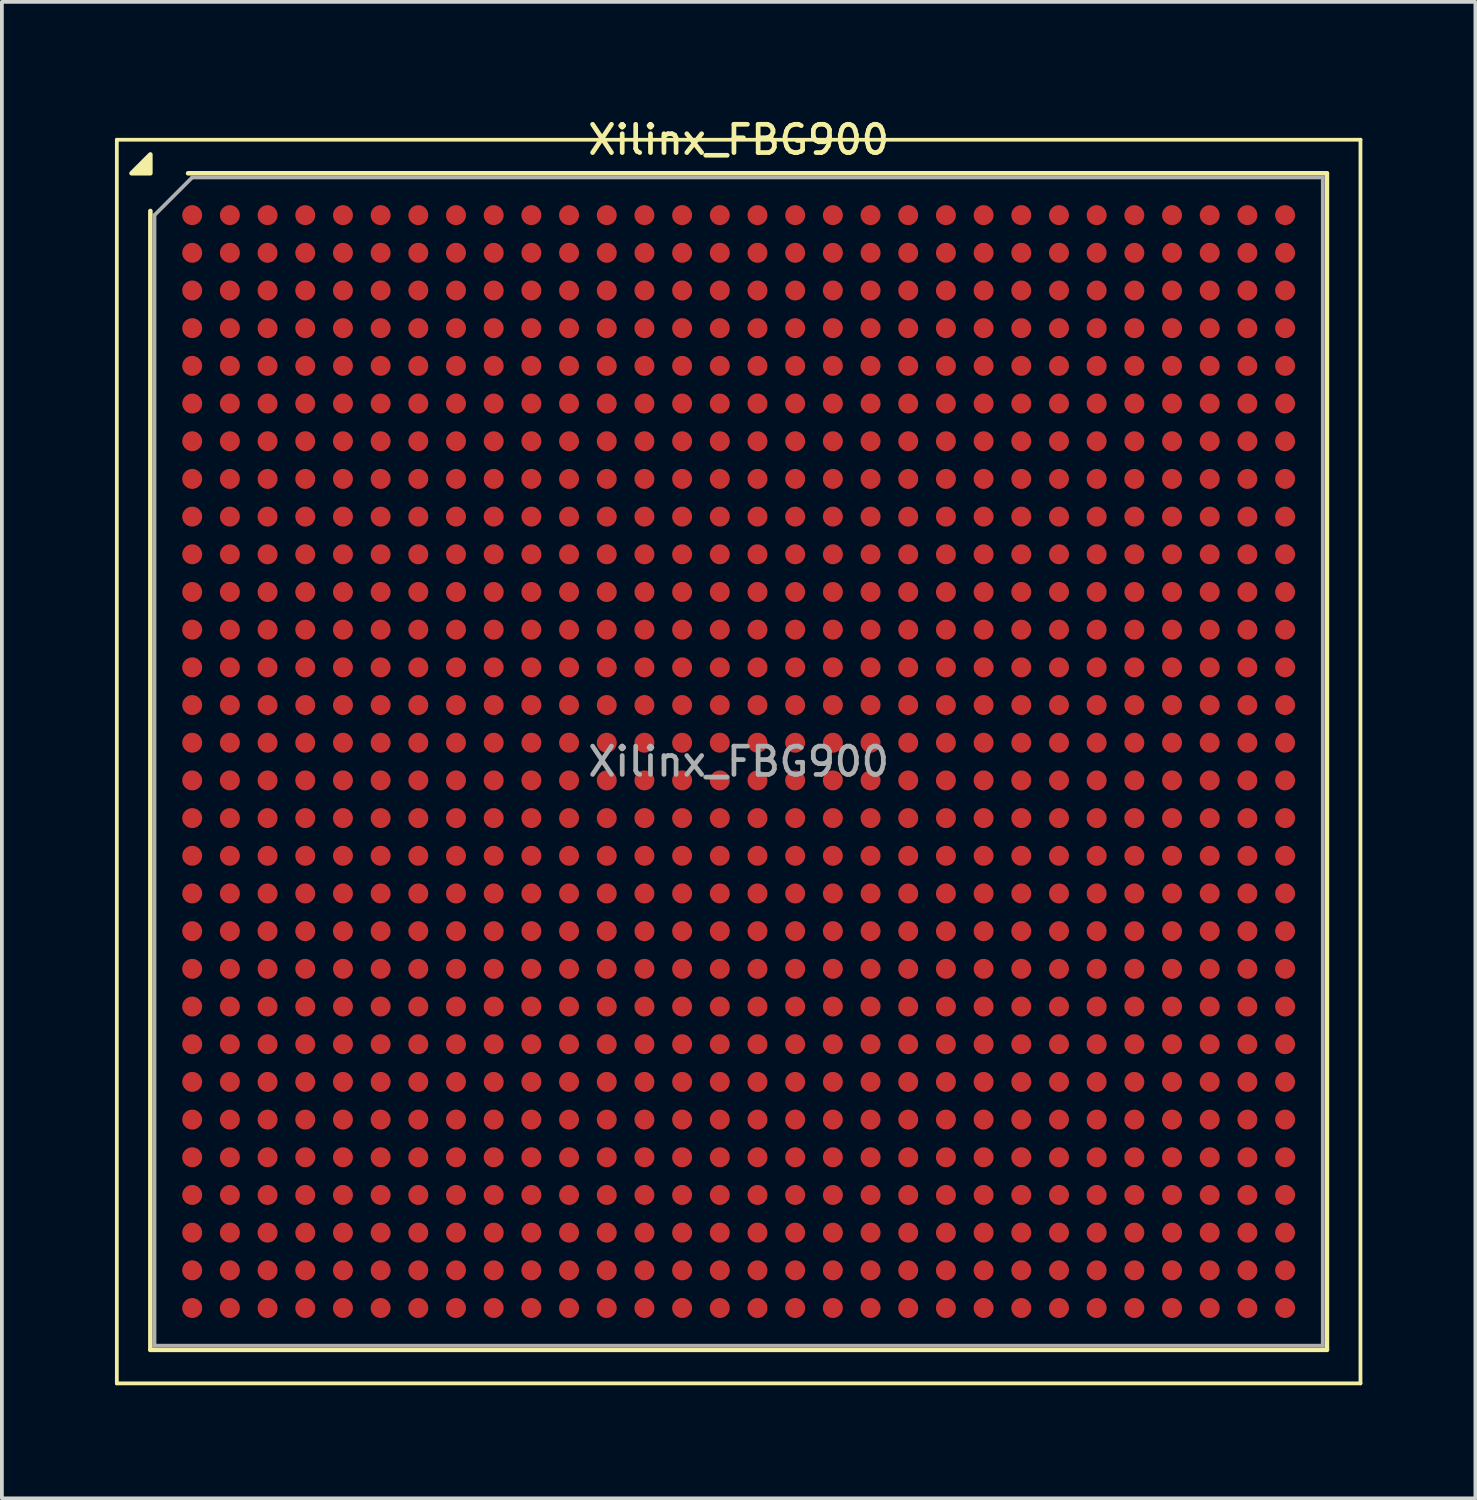
<source format=kicad_pcb>
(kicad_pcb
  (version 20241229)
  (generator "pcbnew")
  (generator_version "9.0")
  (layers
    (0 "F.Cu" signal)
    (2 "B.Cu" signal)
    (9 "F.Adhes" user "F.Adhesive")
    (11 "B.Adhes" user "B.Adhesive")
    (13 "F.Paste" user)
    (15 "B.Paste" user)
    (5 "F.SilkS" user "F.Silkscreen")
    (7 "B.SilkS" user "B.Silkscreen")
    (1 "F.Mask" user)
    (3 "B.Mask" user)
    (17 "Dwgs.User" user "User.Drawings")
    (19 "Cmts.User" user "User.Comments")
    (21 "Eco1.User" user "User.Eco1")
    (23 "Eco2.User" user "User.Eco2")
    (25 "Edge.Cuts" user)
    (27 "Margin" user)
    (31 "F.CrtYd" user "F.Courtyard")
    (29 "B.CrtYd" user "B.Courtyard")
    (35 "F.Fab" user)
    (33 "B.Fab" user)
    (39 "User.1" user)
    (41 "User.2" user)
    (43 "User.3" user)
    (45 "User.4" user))
  (footprint "Xilinx_FBG900"
    (layer "F.Cu")
    (at 16.55 17.158)
    (property "Reference" "Xilinx_FBG900" (at 0 -16.5 0) (layer "F.SilkS") (effects (font (size 0.75 0.75) (thickness 0.125))))
    (attr smd)
    (fp_line (start -16.5 -16.5) (end -16.5 16.5) (stroke (width 0.1) (type solid)) (layer "F.SilkS"))
    (fp_line (start -16.5 16.5) (end 16.5 16.5) (stroke (width 0.1) (type solid)) (layer "F.SilkS"))
    (fp_line (start -15.61 15.61) (end -15.61 -14.61) (stroke (width 0.12) (type solid)) (layer "F.SilkS"))
    (fp_line (start -14.61 -15.61) (end 15.61 -15.61) (stroke (width 0.12) (type solid)) (layer "F.SilkS"))
    (fp_line (start 15.61 -15.61) (end 15.61 15.61) (stroke (width 0.12) (type solid)) (layer "F.SilkS"))
    (fp_line (start 15.61 15.61) (end -15.61 15.61) (stroke (width 0.12) (type solid)) (layer "F.SilkS"))
    (fp_line (start 16.5 -16.5) (end -16.5 -16.5) (stroke (width 0.1) (type solid)) (layer "F.SilkS"))
    (fp_line (start 16.5 16.5) (end 16.5 -16.5) (stroke (width 0.1) (type solid)) (layer "F.SilkS"))
    (fp_poly (pts (xy -15.61 -15.61) (xy -16.11 -15.61) (xy -15.61 -16.11) (xy -15.61 -15.61)) (stroke (width 0.12) (type solid)) (fill yes) (layer "F.SilkS"))
    (fp_line (start -15.5 -14.5) (end -14.5 -15.5) (stroke (width 0.1) (type solid)) (layer "F.Fab"))
    (fp_line (start -15.5 15.5) (end -15.5 -14.5) (stroke (width 0.1) (type solid)) (layer "F.Fab"))
    (fp_line (start -14.5 -15.5) (end 15.5 -15.5) (stroke (width 0.1) (type solid)) (layer "F.Fab"))
    (fp_line (start 15.5 -15.5) (end 15.5 15.5) (stroke (width 0.1) (type solid)) (layer "F.Fab"))
    (fp_line (start 15.5 15.5) (end -15.5 15.5) (stroke (width 0.1) (type solid)) (layer "F.Fab"))
    (fp_text user "${REFERENCE}" (at 0 0 0) (layer "F.Fab") (effects (font (size 0.75 0.75) (thickness 0.125))))
    (pad "A1" smd circle (at -14.5 -14.5) (size 0.53 0.53) (property pad_prop_bga) (layers "F.Cu" "F.Mask" "F.Paste"))
    (pad "A2" smd circle (at -13.5 -14.5) (size 0.53 0.53) (property pad_prop_bga) (layers "F.Cu" "F.Mask" "F.Paste"))
    (pad "A3" smd circle (at -12.5 -14.5) (size 0.53 0.53) (property pad_prop_bga) (layers "F.Cu" "F.Mask" "F.Paste"))
    (pad "A4" smd circle (at -11.5 -14.5) (size 0.53 0.53) (property pad_prop_bga) (layers "F.Cu" "F.Mask" "F.Paste"))
    (pad "A5" smd circle (at -10.5 -14.5) (size 0.53 0.53) (property pad_prop_bga) (layers "F.Cu" "F.Mask" "F.Paste"))
    (pad "A6" smd circle (at -9.5 -14.5) (size 0.53 0.53) (property pad_prop_bga) (layers "F.Cu" "F.Mask" "F.Paste"))
    (pad "A7" smd circle (at -8.5 -14.5) (size 0.53 0.53) (property pad_prop_bga) (layers "F.Cu" "F.Mask" "F.Paste"))
    (pad "A8" smd circle (at -7.5 -14.5) (size 0.53 0.53) (property pad_prop_bga) (layers "F.Cu" "F.Mask" "F.Paste"))
    (pad "A9" smd circle (at -6.5 -14.5) (size 0.53 0.53) (property pad_prop_bga) (layers "F.Cu" "F.Mask" "F.Paste"))
    (pad "A10" smd circle (at -5.5 -14.5) (size 0.53 0.53) (property pad_prop_bga) (layers "F.Cu" "F.Mask" "F.Paste"))
    (pad "A11" smd circle (at -4.5 -14.5) (size 0.53 0.53) (property pad_prop_bga) (layers "F.Cu" "F.Mask" "F.Paste"))
    (pad "A12" smd circle (at -3.5 -14.5) (size 0.53 0.53) (property pad_prop_bga) (layers "F.Cu" "F.Mask" "F.Paste"))
    (pad "A13" smd circle (at -2.5 -14.5) (size 0.53 0.53) (property pad_prop_bga) (layers "F.Cu" "F.Mask" "F.Paste"))
    (pad "A14" smd circle (at -1.5 -14.5) (size 0.53 0.53) (property pad_prop_bga) (layers "F.Cu" "F.Mask" "F.Paste"))
    (pad "A15" smd circle (at -0.5 -14.5) (size 0.53 0.53) (property pad_prop_bga) (layers "F.Cu" "F.Mask" "F.Paste"))
    (pad "A16" smd circle (at 0.5 -14.5) (size 0.53 0.53) (property pad_prop_bga) (layers "F.Cu" "F.Mask" "F.Paste"))
    (pad "A17" smd circle (at 1.5 -14.5) (size 0.53 0.53) (property pad_prop_bga) (layers "F.Cu" "F.Mask" "F.Paste"))
    (pad "A18" smd circle (at 2.5 -14.5) (size 0.53 0.53) (property pad_prop_bga) (layers "F.Cu" "F.Mask" "F.Paste"))
    (pad "A19" smd circle (at 3.5 -14.5) (size 0.53 0.53) (property pad_prop_bga) (layers "F.Cu" "F.Mask" "F.Paste"))
    (pad "A20" smd circle (at 4.5 -14.5) (size 0.53 0.53) (property pad_prop_bga) (layers "F.Cu" "F.Mask" "F.Paste"))
    (pad "A21" smd circle (at 5.5 -14.5) (size 0.53 0.53) (property pad_prop_bga) (layers "F.Cu" "F.Mask" "F.Paste"))
    (pad "A22" smd circle (at 6.5 -14.5) (size 0.53 0.53) (property pad_prop_bga) (layers "F.Cu" "F.Mask" "F.Paste"))
    (pad "A23" smd circle (at 7.5 -14.5) (size 0.53 0.53) (property pad_prop_bga) (layers "F.Cu" "F.Mask" "F.Paste"))
    (pad "A24" smd circle (at 8.5 -14.5) (size 0.53 0.53) (property pad_prop_bga) (layers "F.Cu" "F.Mask" "F.Paste"))
    (pad "A25" smd circle (at 9.5 -14.5) (size 0.53 0.53) (property pad_prop_bga) (layers "F.Cu" "F.Mask" "F.Paste"))
    (pad "A26" smd circle (at 10.5 -14.5) (size 0.53 0.53) (property pad_prop_bga) (layers "F.Cu" "F.Mask" "F.Paste"))
    (pad "A27" smd circle (at 11.5 -14.5) (size 0.53 0.53) (property pad_prop_bga) (layers "F.Cu" "F.Mask" "F.Paste"))
    (pad "A28" smd circle (at 12.5 -14.5) (size 0.53 0.53) (property pad_prop_bga) (layers "F.Cu" "F.Mask" "F.Paste"))
    (pad "A29" smd circle (at 13.5 -14.5) (size 0.53 0.53) (property pad_prop_bga) (layers "F.Cu" "F.Mask" "F.Paste"))
    (pad "A30" smd circle (at 14.5 -14.5) (size 0.53 0.53) (property pad_prop_bga) (layers "F.Cu" "F.Mask" "F.Paste"))
    (pad "AA1" smd circle (at -14.5 5.5) (size 0.53 0.53) (property pad_prop_bga) (layers "F.Cu" "F.Mask" "F.Paste"))
    (pad "AA2" smd circle (at -13.5 5.5) (size 0.53 0.53) (property pad_prop_bga) (layers "F.Cu" "F.Mask" "F.Paste"))
    (pad "AA3" smd circle (at -12.5 5.5) (size 0.53 0.53) (property pad_prop_bga) (layers "F.Cu" "F.Mask" "F.Paste"))
    (pad "AA4" smd circle (at -11.5 5.5) (size 0.53 0.53) (property pad_prop_bga) (layers "F.Cu" "F.Mask" "F.Paste"))
    (pad "AA5" smd circle (at -10.5 5.5) (size 0.53 0.53) (property pad_prop_bga) (layers "F.Cu" "F.Mask" "F.Paste"))
    (pad "AA6" smd circle (at -9.5 5.5) (size 0.53 0.53) (property pad_prop_bga) (layers "F.Cu" "F.Mask" "F.Paste"))
    (pad "AA7" smd circle (at -8.5 5.5) (size 0.53 0.53) (property pad_prop_bga) (layers "F.Cu" "F.Mask" "F.Paste"))
    (pad "AA8" smd circle (at -7.5 5.5) (size 0.53 0.53) (property pad_prop_bga) (layers "F.Cu" "F.Mask" "F.Paste"))
    (pad "AA9" smd circle (at -6.5 5.5) (size 0.53 0.53) (property pad_prop_bga) (layers "F.Cu" "F.Mask" "F.Paste"))
    (pad "AA10" smd circle (at -5.5 5.5) (size 0.53 0.53) (property pad_prop_bga) (layers "F.Cu" "F.Mask" "F.Paste"))
    (pad "AA11" smd circle (at -4.5 5.5) (size 0.53 0.53) (property pad_prop_bga) (layers "F.Cu" "F.Mask" "F.Paste"))
    (pad "AA12" smd circle (at -3.5 5.5) (size 0.53 0.53) (property pad_prop_bga) (layers "F.Cu" "F.Mask" "F.Paste"))
    (pad "AA13" smd circle (at -2.5 5.5) (size 0.53 0.53) (property pad_prop_bga) (layers "F.Cu" "F.Mask" "F.Paste"))
    (pad "AA14" smd circle (at -1.5 5.5) (size 0.53 0.53) (property pad_prop_bga) (layers "F.Cu" "F.Mask" "F.Paste"))
    (pad "AA15" smd circle (at -0.5 5.5) (size 0.53 0.53) (property pad_prop_bga) (layers "F.Cu" "F.Mask" "F.Paste"))
    (pad "AA16" smd circle (at 0.5 5.5) (size 0.53 0.53) (property pad_prop_bga) (layers "F.Cu" "F.Mask" "F.Paste"))
    (pad "AA17" smd circle (at 1.5 5.5) (size 0.53 0.53) (property pad_prop_bga) (layers "F.Cu" "F.Mask" "F.Paste"))
    (pad "AA18" smd circle (at 2.5 5.5) (size 0.53 0.53) (property pad_prop_bga) (layers "F.Cu" "F.Mask" "F.Paste"))
    (pad "AA19" smd circle (at 3.5 5.5) (size 0.53 0.53) (property pad_prop_bga) (layers "F.Cu" "F.Mask" "F.Paste"))
    (pad "AA20" smd circle (at 4.5 5.5) (size 0.53 0.53) (property pad_prop_bga) (layers "F.Cu" "F.Mask" "F.Paste"))
    (pad "AA21" smd circle (at 5.5 5.5) (size 0.53 0.53) (property pad_prop_bga) (layers "F.Cu" "F.Mask" "F.Paste"))
    (pad "AA22" smd circle (at 6.5 5.5) (size 0.53 0.53) (property pad_prop_bga) (layers "F.Cu" "F.Mask" "F.Paste"))
    (pad "AA23" smd circle (at 7.5 5.5) (size 0.53 0.53) (property pad_prop_bga) (layers "F.Cu" "F.Mask" "F.Paste"))
    (pad "AA24" smd circle (at 8.5 5.5) (size 0.53 0.53) (property pad_prop_bga) (layers "F.Cu" "F.Mask" "F.Paste"))
    (pad "AA25" smd circle (at 9.5 5.5) (size 0.53 0.53) (property pad_prop_bga) (layers "F.Cu" "F.Mask" "F.Paste"))
    (pad "AA26" smd circle (at 10.5 5.5) (size 0.53 0.53) (property pad_prop_bga) (layers "F.Cu" "F.Mask" "F.Paste"))
    (pad "AA27" smd circle (at 11.5 5.5) (size 0.53 0.53) (property pad_prop_bga) (layers "F.Cu" "F.Mask" "F.Paste"))
    (pad "AA28" smd circle (at 12.5 5.5) (size 0.53 0.53) (property pad_prop_bga) (layers "F.Cu" "F.Mask" "F.Paste"))
    (pad "AA29" smd circle (at 13.5 5.5) (size 0.53 0.53) (property pad_prop_bga) (layers "F.Cu" "F.Mask" "F.Paste"))
    (pad "AA30" smd circle (at 14.5 5.5) (size 0.53 0.53) (property pad_prop_bga) (layers "F.Cu" "F.Mask" "F.Paste"))
    (pad "AB1" smd circle (at -14.5 6.5) (size 0.53 0.53) (property pad_prop_bga) (layers "F.Cu" "F.Mask" "F.Paste"))
    (pad "AB2" smd circle (at -13.5 6.5) (size 0.53 0.53) (property pad_prop_bga) (layers "F.Cu" "F.Mask" "F.Paste"))
    (pad "AB3" smd circle (at -12.5 6.5) (size 0.53 0.53) (property pad_prop_bga) (layers "F.Cu" "F.Mask" "F.Paste"))
    (pad "AB4" smd circle (at -11.5 6.5) (size 0.53 0.53) (property pad_prop_bga) (layers "F.Cu" "F.Mask" "F.Paste"))
    (pad "AB5" smd circle (at -10.5 6.5) (size 0.53 0.53) (property pad_prop_bga) (layers "F.Cu" "F.Mask" "F.Paste"))
    (pad "AB6" smd circle (at -9.5 6.5) (size 0.53 0.53) (property pad_prop_bga) (layers "F.Cu" "F.Mask" "F.Paste"))
    (pad "AB7" smd circle (at -8.5 6.5) (size 0.53 0.53) (property pad_prop_bga) (layers "F.Cu" "F.Mask" "F.Paste"))
    (pad "AB8" smd circle (at -7.5 6.5) (size 0.53 0.53) (property pad_prop_bga) (layers "F.Cu" "F.Mask" "F.Paste"))
    (pad "AB9" smd circle (at -6.5 6.5) (size 0.53 0.53) (property pad_prop_bga) (layers "F.Cu" "F.Mask" "F.Paste"))
    (pad "AB10" smd circle (at -5.5 6.5) (size 0.53 0.53) (property pad_prop_bga) (layers "F.Cu" "F.Mask" "F.Paste"))
    (pad "AB11" smd circle (at -4.5 6.5) (size 0.53 0.53) (property pad_prop_bga) (layers "F.Cu" "F.Mask" "F.Paste"))
    (pad "AB12" smd circle (at -3.5 6.5) (size 0.53 0.53) (property pad_prop_bga) (layers "F.Cu" "F.Mask" "F.Paste"))
    (pad "AB13" smd circle (at -2.5 6.5) (size 0.53 0.53) (property pad_prop_bga) (layers "F.Cu" "F.Mask" "F.Paste"))
    (pad "AB14" smd circle (at -1.5 6.5) (size 0.53 0.53) (property pad_prop_bga) (layers "F.Cu" "F.Mask" "F.Paste"))
    (pad "AB15" smd circle (at -0.5 6.5) (size 0.53 0.53) (property pad_prop_bga) (layers "F.Cu" "F.Mask" "F.Paste"))
    (pad "AB16" smd circle (at 0.5 6.5) (size 0.53 0.53) (property pad_prop_bga) (layers "F.Cu" "F.Mask" "F.Paste"))
    (pad "AB17" smd circle (at 1.5 6.5) (size 0.53 0.53) (property pad_prop_bga) (layers "F.Cu" "F.Mask" "F.Paste"))
    (pad "AB18" smd circle (at 2.5 6.5) (size 0.53 0.53) (property pad_prop_bga) (layers "F.Cu" "F.Mask" "F.Paste"))
    (pad "AB19" smd circle (at 3.5 6.5) (size 0.53 0.53) (property pad_prop_bga) (layers "F.Cu" "F.Mask" "F.Paste"))
    (pad "AB20" smd circle (at 4.5 6.5) (size 0.53 0.53) (property pad_prop_bga) (layers "F.Cu" "F.Mask" "F.Paste"))
    (pad "AB21" smd circle (at 5.5 6.5) (size 0.53 0.53) (property pad_prop_bga) (layers "F.Cu" "F.Mask" "F.Paste"))
    (pad "AB22" smd circle (at 6.5 6.5) (size 0.53 0.53) (property pad_prop_bga) (layers "F.Cu" "F.Mask" "F.Paste"))
    (pad "AB23" smd circle (at 7.5 6.5) (size 0.53 0.53) (property pad_prop_bga) (layers "F.Cu" "F.Mask" "F.Paste"))
    (pad "AB24" smd circle (at 8.5 6.5) (size 0.53 0.53) (property pad_prop_bga) (layers "F.Cu" "F.Mask" "F.Paste"))
    (pad "AB25" smd circle (at 9.5 6.5) (size 0.53 0.53) (property pad_prop_bga) (layers "F.Cu" "F.Mask" "F.Paste"))
    (pad "AB26" smd circle (at 10.5 6.5) (size 0.53 0.53) (property pad_prop_bga) (layers "F.Cu" "F.Mask" "F.Paste"))
    (pad "AB27" smd circle (at 11.5 6.5) (size 0.53 0.53) (property pad_prop_bga) (layers "F.Cu" "F.Mask" "F.Paste"))
    (pad "AB28" smd circle (at 12.5 6.5) (size 0.53 0.53) (property pad_prop_bga) (layers "F.Cu" "F.Mask" "F.Paste"))
    (pad "AB29" smd circle (at 13.5 6.5) (size 0.53 0.53) (property pad_prop_bga) (layers "F.Cu" "F.Mask" "F.Paste"))
    (pad "AB30" smd circle (at 14.5 6.5) (size 0.53 0.53) (property pad_prop_bga) (layers "F.Cu" "F.Mask" "F.Paste"))
    (pad "AC1" smd circle (at -14.5 7.5) (size 0.53 0.53) (property pad_prop_bga) (layers "F.Cu" "F.Mask" "F.Paste"))
    (pad "AC2" smd circle (at -13.5 7.5) (size 0.53 0.53) (property pad_prop_bga) (layers "F.Cu" "F.Mask" "F.Paste"))
    (pad "AC3" smd circle (at -12.5 7.5) (size 0.53 0.53) (property pad_prop_bga) (layers "F.Cu" "F.Mask" "F.Paste"))
    (pad "AC4" smd circle (at -11.5 7.5) (size 0.53 0.53) (property pad_prop_bga) (layers "F.Cu" "F.Mask" "F.Paste"))
    (pad "AC5" smd circle (at -10.5 7.5) (size 0.53 0.53) (property pad_prop_bga) (layers "F.Cu" "F.Mask" "F.Paste"))
    (pad "AC6" smd circle (at -9.5 7.5) (size 0.53 0.53) (property pad_prop_bga) (layers "F.Cu" "F.Mask" "F.Paste"))
    (pad "AC7" smd circle (at -8.5 7.5) (size 0.53 0.53) (property pad_prop_bga) (layers "F.Cu" "F.Mask" "F.Paste"))
    (pad "AC8" smd circle (at -7.5 7.5) (size 0.53 0.53) (property pad_prop_bga) (layers "F.Cu" "F.Mask" "F.Paste"))
    (pad "AC9" smd circle (at -6.5 7.5) (size 0.53 0.53) (property pad_prop_bga) (layers "F.Cu" "F.Mask" "F.Paste"))
    (pad "AC10" smd circle (at -5.5 7.5) (size 0.53 0.53) (property pad_prop_bga) (layers "F.Cu" "F.Mask" "F.Paste"))
    (pad "AC11" smd circle (at -4.5 7.5) (size 0.53 0.53) (property pad_prop_bga) (layers "F.Cu" "F.Mask" "F.Paste"))
    (pad "AC12" smd circle (at -3.5 7.5) (size 0.53 0.53) (property pad_prop_bga) (layers "F.Cu" "F.Mask" "F.Paste"))
    (pad "AC13" smd circle (at -2.5 7.5) (size 0.53 0.53) (property pad_prop_bga) (layers "F.Cu" "F.Mask" "F.Paste"))
    (pad "AC14" smd circle (at -1.5 7.5) (size 0.53 0.53) (property pad_prop_bga) (layers "F.Cu" "F.Mask" "F.Paste"))
    (pad "AC15" smd circle (at -0.5 7.5) (size 0.53 0.53) (property pad_prop_bga) (layers "F.Cu" "F.Mask" "F.Paste"))
    (pad "AC16" smd circle (at 0.5 7.5) (size 0.53 0.53) (property pad_prop_bga) (layers "F.Cu" "F.Mask" "F.Paste"))
    (pad "AC17" smd circle (at 1.5 7.5) (size 0.53 0.53) (property pad_prop_bga) (layers "F.Cu" "F.Mask" "F.Paste"))
    (pad "AC18" smd circle (at 2.5 7.5) (size 0.53 0.53) (property pad_prop_bga) (layers "F.Cu" "F.Mask" "F.Paste"))
    (pad "AC19" smd circle (at 3.5 7.5) (size 0.53 0.53) (property pad_prop_bga) (layers "F.Cu" "F.Mask" "F.Paste"))
    (pad "AC20" smd circle (at 4.5 7.5) (size 0.53 0.53) (property pad_prop_bga) (layers "F.Cu" "F.Mask" "F.Paste"))
    (pad "AC21" smd circle (at 5.5 7.5) (size 0.53 0.53) (property pad_prop_bga) (layers "F.Cu" "F.Mask" "F.Paste"))
    (pad "AC22" smd circle (at 6.5 7.5) (size 0.53 0.53) (property pad_prop_bga) (layers "F.Cu" "F.Mask" "F.Paste"))
    (pad "AC23" smd circle (at 7.5 7.5) (size 0.53 0.53) (property pad_prop_bga) (layers "F.Cu" "F.Mask" "F.Paste"))
    (pad "AC24" smd circle (at 8.5 7.5) (size 0.53 0.53) (property pad_prop_bga) (layers "F.Cu" "F.Mask" "F.Paste"))
    (pad "AC25" smd circle (at 9.5 7.5) (size 0.53 0.53) (property pad_prop_bga) (layers "F.Cu" "F.Mask" "F.Paste"))
    (pad "AC26" smd circle (at 10.5 7.5) (size 0.53 0.53) (property pad_prop_bga) (layers "F.Cu" "F.Mask" "F.Paste"))
    (pad "AC27" smd circle (at 11.5 7.5) (size 0.53 0.53) (property pad_prop_bga) (layers "F.Cu" "F.Mask" "F.Paste"))
    (pad "AC28" smd circle (at 12.5 7.5) (size 0.53 0.53) (property pad_prop_bga) (layers "F.Cu" "F.Mask" "F.Paste"))
    (pad "AC29" smd circle (at 13.5 7.5) (size 0.53 0.53) (property pad_prop_bga) (layers "F.Cu" "F.Mask" "F.Paste"))
    (pad "AC30" smd circle (at 14.5 7.5) (size 0.53 0.53) (property pad_prop_bga) (layers "F.Cu" "F.Mask" "F.Paste"))
    (pad "AD1" smd circle (at -14.5 8.5) (size 0.53 0.53) (property pad_prop_bga) (layers "F.Cu" "F.Mask" "F.Paste"))
    (pad "AD2" smd circle (at -13.5 8.5) (size 0.53 0.53) (property pad_prop_bga) (layers "F.Cu" "F.Mask" "F.Paste"))
    (pad "AD3" smd circle (at -12.5 8.5) (size 0.53 0.53) (property pad_prop_bga) (layers "F.Cu" "F.Mask" "F.Paste"))
    (pad "AD4" smd circle (at -11.5 8.5) (size 0.53 0.53) (property pad_prop_bga) (layers "F.Cu" "F.Mask" "F.Paste"))
    (pad "AD5" smd circle (at -10.5 8.5) (size 0.53 0.53) (property pad_prop_bga) (layers "F.Cu" "F.Mask" "F.Paste"))
    (pad "AD6" smd circle (at -9.5 8.5) (size 0.53 0.53) (property pad_prop_bga) (layers "F.Cu" "F.Mask" "F.Paste"))
    (pad "AD7" smd circle (at -8.5 8.5) (size 0.53 0.53) (property pad_prop_bga) (layers "F.Cu" "F.Mask" "F.Paste"))
    (pad "AD8" smd circle (at -7.5 8.5) (size 0.53 0.53) (property pad_prop_bga) (layers "F.Cu" "F.Mask" "F.Paste"))
    (pad "AD9" smd circle (at -6.5 8.5) (size 0.53 0.53) (property pad_prop_bga) (layers "F.Cu" "F.Mask" "F.Paste"))
    (pad "AD10" smd circle (at -5.5 8.5) (size 0.53 0.53) (property pad_prop_bga) (layers "F.Cu" "F.Mask" "F.Paste"))
    (pad "AD11" smd circle (at -4.5 8.5) (size 0.53 0.53) (property pad_prop_bga) (layers "F.Cu" "F.Mask" "F.Paste"))
    (pad "AD12" smd circle (at -3.5 8.5) (size 0.53 0.53) (property pad_prop_bga) (layers "F.Cu" "F.Mask" "F.Paste"))
    (pad "AD13" smd circle (at -2.5 8.5) (size 0.53 0.53) (property pad_prop_bga) (layers "F.Cu" "F.Mask" "F.Paste"))
    (pad "AD14" smd circle (at -1.5 8.5) (size 0.53 0.53) (property pad_prop_bga) (layers "F.Cu" "F.Mask" "F.Paste"))
    (pad "AD15" smd circle (at -0.5 8.5) (size 0.53 0.53) (property pad_prop_bga) (layers "F.Cu" "F.Mask" "F.Paste"))
    (pad "AD16" smd circle (at 0.5 8.5) (size 0.53 0.53) (property pad_prop_bga) (layers "F.Cu" "F.Mask" "F.Paste"))
    (pad "AD17" smd circle (at 1.5 8.5) (size 0.53 0.53) (property pad_prop_bga) (layers "F.Cu" "F.Mask" "F.Paste"))
    (pad "AD18" smd circle (at 2.5 8.5) (size 0.53 0.53) (property pad_prop_bga) (layers "F.Cu" "F.Mask" "F.Paste"))
    (pad "AD19" smd circle (at 3.5 8.5) (size 0.53 0.53) (property pad_prop_bga) (layers "F.Cu" "F.Mask" "F.Paste"))
    (pad "AD20" smd circle (at 4.5 8.5) (size 0.53 0.53) (property pad_prop_bga) (layers "F.Cu" "F.Mask" "F.Paste"))
    (pad "AD21" smd circle (at 5.5 8.5) (size 0.53 0.53) (property pad_prop_bga) (layers "F.Cu" "F.Mask" "F.Paste"))
    (pad "AD22" smd circle (at 6.5 8.5) (size 0.53 0.53) (property pad_prop_bga) (layers "F.Cu" "F.Mask" "F.Paste"))
    (pad "AD23" smd circle (at 7.5 8.5) (size 0.53 0.53) (property pad_prop_bga) (layers "F.Cu" "F.Mask" "F.Paste"))
    (pad "AD24" smd circle (at 8.5 8.5) (size 0.53 0.53) (property pad_prop_bga) (layers "F.Cu" "F.Mask" "F.Paste"))
    (pad "AD25" smd circle (at 9.5 8.5) (size 0.53 0.53) (property pad_prop_bga) (layers "F.Cu" "F.Mask" "F.Paste"))
    (pad "AD26" smd circle (at 10.5 8.5) (size 0.53 0.53) (property pad_prop_bga) (layers "F.Cu" "F.Mask" "F.Paste"))
    (pad "AD27" smd circle (at 11.5 8.5) (size 0.53 0.53) (property pad_prop_bga) (layers "F.Cu" "F.Mask" "F.Paste"))
    (pad "AD28" smd circle (at 12.5 8.5) (size 0.53 0.53) (property pad_prop_bga) (layers "F.Cu" "F.Mask" "F.Paste"))
    (pad "AD29" smd circle (at 13.5 8.5) (size 0.53 0.53) (property pad_prop_bga) (layers "F.Cu" "F.Mask" "F.Paste"))
    (pad "AD30" smd circle (at 14.5 8.5) (size 0.53 0.53) (property pad_prop_bga) (layers "F.Cu" "F.Mask" "F.Paste"))
    (pad "AE1" smd circle (at -14.5 9.5) (size 0.53 0.53) (property pad_prop_bga) (layers "F.Cu" "F.Mask" "F.Paste"))
    (pad "AE2" smd circle (at -13.5 9.5) (size 0.53 0.53) (property pad_prop_bga) (layers "F.Cu" "F.Mask" "F.Paste"))
    (pad "AE3" smd circle (at -12.5 9.5) (size 0.53 0.53) (property pad_prop_bga) (layers "F.Cu" "F.Mask" "F.Paste"))
    (pad "AE4" smd circle (at -11.5 9.5) (size 0.53 0.53) (property pad_prop_bga) (layers "F.Cu" "F.Mask" "F.Paste"))
    (pad "AE5" smd circle (at -10.5 9.5) (size 0.53 0.53) (property pad_prop_bga) (layers "F.Cu" "F.Mask" "F.Paste"))
    (pad "AE6" smd circle (at -9.5 9.5) (size 0.53 0.53) (property pad_prop_bga) (layers "F.Cu" "F.Mask" "F.Paste"))
    (pad "AE7" smd circle (at -8.5 9.5) (size 0.53 0.53) (property pad_prop_bga) (layers "F.Cu" "F.Mask" "F.Paste"))
    (pad "AE8" smd circle (at -7.5 9.5) (size 0.53 0.53) (property pad_prop_bga) (layers "F.Cu" "F.Mask" "F.Paste"))
    (pad "AE9" smd circle (at -6.5 9.5) (size 0.53 0.53) (property pad_prop_bga) (layers "F.Cu" "F.Mask" "F.Paste"))
    (pad "AE10" smd circle (at -5.5 9.5) (size 0.53 0.53) (property pad_prop_bga) (layers "F.Cu" "F.Mask" "F.Paste"))
    (pad "AE11" smd circle (at -4.5 9.5) (size 0.53 0.53) (property pad_prop_bga) (layers "F.Cu" "F.Mask" "F.Paste"))
    (pad "AE12" smd circle (at -3.5 9.5) (size 0.53 0.53) (property pad_prop_bga) (layers "F.Cu" "F.Mask" "F.Paste"))
    (pad "AE13" smd circle (at -2.5 9.5) (size 0.53 0.53) (property pad_prop_bga) (layers "F.Cu" "F.Mask" "F.Paste"))
    (pad "AE14" smd circle (at -1.5 9.5) (size 0.53 0.53) (property pad_prop_bga) (layers "F.Cu" "F.Mask" "F.Paste"))
    (pad "AE15" smd circle (at -0.5 9.5) (size 0.53 0.53) (property pad_prop_bga) (layers "F.Cu" "F.Mask" "F.Paste"))
    (pad "AE16" smd circle (at 0.5 9.5) (size 0.53 0.53) (property pad_prop_bga) (layers "F.Cu" "F.Mask" "F.Paste"))
    (pad "AE17" smd circle (at 1.5 9.5) (size 0.53 0.53) (property pad_prop_bga) (layers "F.Cu" "F.Mask" "F.Paste"))
    (pad "AE18" smd circle (at 2.5 9.5) (size 0.53 0.53) (property pad_prop_bga) (layers "F.Cu" "F.Mask" "F.Paste"))
    (pad "AE19" smd circle (at 3.5 9.5) (size 0.53 0.53) (property pad_prop_bga) (layers "F.Cu" "F.Mask" "F.Paste"))
    (pad "AE20" smd circle (at 4.5 9.5) (size 0.53 0.53) (property pad_prop_bga) (layers "F.Cu" "F.Mask" "F.Paste"))
    (pad "AE21" smd circle (at 5.5 9.5) (size 0.53 0.53) (property pad_prop_bga) (layers "F.Cu" "F.Mask" "F.Paste"))
    (pad "AE22" smd circle (at 6.5 9.5) (size 0.53 0.53) (property pad_prop_bga) (layers "F.Cu" "F.Mask" "F.Paste"))
    (pad "AE23" smd circle (at 7.5 9.5) (size 0.53 0.53) (property pad_prop_bga) (layers "F.Cu" "F.Mask" "F.Paste"))
    (pad "AE24" smd circle (at 8.5 9.5) (size 0.53 0.53) (property pad_prop_bga) (layers "F.Cu" "F.Mask" "F.Paste"))
    (pad "AE25" smd circle (at 9.5 9.5) (size 0.53 0.53) (property pad_prop_bga) (layers "F.Cu" "F.Mask" "F.Paste"))
    (pad "AE26" smd circle (at 10.5 9.5) (size 0.53 0.53) (property pad_prop_bga) (layers "F.Cu" "F.Mask" "F.Paste"))
    (pad "AE27" smd circle (at 11.5 9.5) (size 0.53 0.53) (property pad_prop_bga) (layers "F.Cu" "F.Mask" "F.Paste"))
    (pad "AE28" smd circle (at 12.5 9.5) (size 0.53 0.53) (property pad_prop_bga) (layers "F.Cu" "F.Mask" "F.Paste"))
    (pad "AE29" smd circle (at 13.5 9.5) (size 0.53 0.53) (property pad_prop_bga) (layers "F.Cu" "F.Mask" "F.Paste"))
    (pad "AE30" smd circle (at 14.5 9.5) (size 0.53 0.53) (property pad_prop_bga) (layers "F.Cu" "F.Mask" "F.Paste"))
    (pad "AF1" smd circle (at -14.5 10.5) (size 0.53 0.53) (property pad_prop_bga) (layers "F.Cu" "F.Mask" "F.Paste"))
    (pad "AF2" smd circle (at -13.5 10.5) (size 0.53 0.53) (property pad_prop_bga) (layers "F.Cu" "F.Mask" "F.Paste"))
    (pad "AF3" smd circle (at -12.5 10.5) (size 0.53 0.53) (property pad_prop_bga) (layers "F.Cu" "F.Mask" "F.Paste"))
    (pad "AF4" smd circle (at -11.5 10.5) (size 0.53 0.53) (property pad_prop_bga) (layers "F.Cu" "F.Mask" "F.Paste"))
    (pad "AF5" smd circle (at -10.5 10.5) (size 0.53 0.53) (property pad_prop_bga) (layers "F.Cu" "F.Mask" "F.Paste"))
    (pad "AF6" smd circle (at -9.5 10.5) (size 0.53 0.53) (property pad_prop_bga) (layers "F.Cu" "F.Mask" "F.Paste"))
    (pad "AF7" smd circle (at -8.5 10.5) (size 0.53 0.53) (property pad_prop_bga) (layers "F.Cu" "F.Mask" "F.Paste"))
    (pad "AF8" smd circle (at -7.5 10.5) (size 0.53 0.53) (property pad_prop_bga) (layers "F.Cu" "F.Mask" "F.Paste"))
    (pad "AF9" smd circle (at -6.5 10.5) (size 0.53 0.53) (property pad_prop_bga) (layers "F.Cu" "F.Mask" "F.Paste"))
    (pad "AF10" smd circle (at -5.5 10.5) (size 0.53 0.53) (property pad_prop_bga) (layers "F.Cu" "F.Mask" "F.Paste"))
    (pad "AF11" smd circle (at -4.5 10.5) (size 0.53 0.53) (property pad_prop_bga) (layers "F.Cu" "F.Mask" "F.Paste"))
    (pad "AF12" smd circle (at -3.5 10.5) (size 0.53 0.53) (property pad_prop_bga) (layers "F.Cu" "F.Mask" "F.Paste"))
    (pad "AF13" smd circle (at -2.5 10.5) (size 0.53 0.53) (property pad_prop_bga) (layers "F.Cu" "F.Mask" "F.Paste"))
    (pad "AF14" smd circle (at -1.5 10.5) (size 0.53 0.53) (property pad_prop_bga) (layers "F.Cu" "F.Mask" "F.Paste"))
    (pad "AF15" smd circle (at -0.5 10.5) (size 0.53 0.53) (property pad_prop_bga) (layers "F.Cu" "F.Mask" "F.Paste"))
    (pad "AF16" smd circle (at 0.5 10.5) (size 0.53 0.53) (property pad_prop_bga) (layers "F.Cu" "F.Mask" "F.Paste"))
    (pad "AF17" smd circle (at 1.5 10.5) (size 0.53 0.53) (property pad_prop_bga) (layers "F.Cu" "F.Mask" "F.Paste"))
    (pad "AF18" smd circle (at 2.5 10.5) (size 0.53 0.53) (property pad_prop_bga) (layers "F.Cu" "F.Mask" "F.Paste"))
    (pad "AF19" smd circle (at 3.5 10.5) (size 0.53 0.53) (property pad_prop_bga) (layers "F.Cu" "F.Mask" "F.Paste"))
    (pad "AF20" smd circle (at 4.5 10.5) (size 0.53 0.53) (property pad_prop_bga) (layers "F.Cu" "F.Mask" "F.Paste"))
    (pad "AF21" smd circle (at 5.5 10.5) (size 0.53 0.53) (property pad_prop_bga) (layers "F.Cu" "F.Mask" "F.Paste"))
    (pad "AF22" smd circle (at 6.5 10.5) (size 0.53 0.53) (property pad_prop_bga) (layers "F.Cu" "F.Mask" "F.Paste"))
    (pad "AF23" smd circle (at 7.5 10.5) (size 0.53 0.53) (property pad_prop_bga) (layers "F.Cu" "F.Mask" "F.Paste"))
    (pad "AF24" smd circle (at 8.5 10.5) (size 0.53 0.53) (property pad_prop_bga) (layers "F.Cu" "F.Mask" "F.Paste"))
    (pad "AF25" smd circle (at 9.5 10.5) (size 0.53 0.53) (property pad_prop_bga) (layers "F.Cu" "F.Mask" "F.Paste"))
    (pad "AF26" smd circle (at 10.5 10.5) (size 0.53 0.53) (property pad_prop_bga) (layers "F.Cu" "F.Mask" "F.Paste"))
    (pad "AF27" smd circle (at 11.5 10.5) (size 0.53 0.53) (property pad_prop_bga) (layers "F.Cu" "F.Mask" "F.Paste"))
    (pad "AF28" smd circle (at 12.5 10.5) (size 0.53 0.53) (property pad_prop_bga) (layers "F.Cu" "F.Mask" "F.Paste"))
    (pad "AF29" smd circle (at 13.5 10.5) (size 0.53 0.53) (property pad_prop_bga) (layers "F.Cu" "F.Mask" "F.Paste"))
    (pad "AF30" smd circle (at 14.5 10.5) (size 0.53 0.53) (property pad_prop_bga) (layers "F.Cu" "F.Mask" "F.Paste"))
    (pad "AG1" smd circle (at -14.5 11.5) (size 0.53 0.53) (property pad_prop_bga) (layers "F.Cu" "F.Mask" "F.Paste"))
    (pad "AG2" smd circle (at -13.5 11.5) (size 0.53 0.53) (property pad_prop_bga) (layers "F.Cu" "F.Mask" "F.Paste"))
    (pad "AG3" smd circle (at -12.5 11.5) (size 0.53 0.53) (property pad_prop_bga) (layers "F.Cu" "F.Mask" "F.Paste"))
    (pad "AG4" smd circle (at -11.5 11.5) (size 0.53 0.53) (property pad_prop_bga) (layers "F.Cu" "F.Mask" "F.Paste"))
    (pad "AG5" smd circle (at -10.5 11.5) (size 0.53 0.53) (property pad_prop_bga) (layers "F.Cu" "F.Mask" "F.Paste"))
    (pad "AG6" smd circle (at -9.5 11.5) (size 0.53 0.53) (property pad_prop_bga) (layers "F.Cu" "F.Mask" "F.Paste"))
    (pad "AG7" smd circle (at -8.5 11.5) (size 0.53 0.53) (property pad_prop_bga) (layers "F.Cu" "F.Mask" "F.Paste"))
    (pad "AG8" smd circle (at -7.5 11.5) (size 0.53 0.53) (property pad_prop_bga) (layers "F.Cu" "F.Mask" "F.Paste"))
    (pad "AG9" smd circle (at -6.5 11.5) (size 0.53 0.53) (property pad_prop_bga) (layers "F.Cu" "F.Mask" "F.Paste"))
    (pad "AG10" smd circle (at -5.5 11.5) (size 0.53 0.53) (property pad_prop_bga) (layers "F.Cu" "F.Mask" "F.Paste"))
    (pad "AG11" smd circle (at -4.5 11.5) (size 0.53 0.53) (property pad_prop_bga) (layers "F.Cu" "F.Mask" "F.Paste"))
    (pad "AG12" smd circle (at -3.5 11.5) (size 0.53 0.53) (property pad_prop_bga) (layers "F.Cu" "F.Mask" "F.Paste"))
    (pad "AG13" smd circle (at -2.5 11.5) (size 0.53 0.53) (property pad_prop_bga) (layers "F.Cu" "F.Mask" "F.Paste"))
    (pad "AG14" smd circle (at -1.5 11.5) (size 0.53 0.53) (property pad_prop_bga) (layers "F.Cu" "F.Mask" "F.Paste"))
    (pad "AG15" smd circle (at -0.5 11.5) (size 0.53 0.53) (property pad_prop_bga) (layers "F.Cu" "F.Mask" "F.Paste"))
    (pad "AG16" smd circle (at 0.5 11.5) (size 0.53 0.53) (property pad_prop_bga) (layers "F.Cu" "F.Mask" "F.Paste"))
    (pad "AG17" smd circle (at 1.5 11.5) (size 0.53 0.53) (property pad_prop_bga) (layers "F.Cu" "F.Mask" "F.Paste"))
    (pad "AG18" smd circle (at 2.5 11.5) (size 0.53 0.53) (property pad_prop_bga) (layers "F.Cu" "F.Mask" "F.Paste"))
    (pad "AG19" smd circle (at 3.5 11.5) (size 0.53 0.53) (property pad_prop_bga) (layers "F.Cu" "F.Mask" "F.Paste"))
    (pad "AG20" smd circle (at 4.5 11.5) (size 0.53 0.53) (property pad_prop_bga) (layers "F.Cu" "F.Mask" "F.Paste"))
    (pad "AG21" smd circle (at 5.5 11.5) (size 0.53 0.53) (property pad_prop_bga) (layers "F.Cu" "F.Mask" "F.Paste"))
    (pad "AG22" smd circle (at 6.5 11.5) (size 0.53 0.53) (property pad_prop_bga) (layers "F.Cu" "F.Mask" "F.Paste"))
    (pad "AG23" smd circle (at 7.5 11.5) (size 0.53 0.53) (property pad_prop_bga) (layers "F.Cu" "F.Mask" "F.Paste"))
    (pad "AG24" smd circle (at 8.5 11.5) (size 0.53 0.53) (property pad_prop_bga) (layers "F.Cu" "F.Mask" "F.Paste"))
    (pad "AG25" smd circle (at 9.5 11.5) (size 0.53 0.53) (property pad_prop_bga) (layers "F.Cu" "F.Mask" "F.Paste"))
    (pad "AG26" smd circle (at 10.5 11.5) (size 0.53 0.53) (property pad_prop_bga) (layers "F.Cu" "F.Mask" "F.Paste"))
    (pad "AG27" smd circle (at 11.5 11.5) (size 0.53 0.53) (property pad_prop_bga) (layers "F.Cu" "F.Mask" "F.Paste"))
    (pad "AG28" smd circle (at 12.5 11.5) (size 0.53 0.53) (property pad_prop_bga) (layers "F.Cu" "F.Mask" "F.Paste"))
    (pad "AG29" smd circle (at 13.5 11.5) (size 0.53 0.53) (property pad_prop_bga) (layers "F.Cu" "F.Mask" "F.Paste"))
    (pad "AG30" smd circle (at 14.5 11.5) (size 0.53 0.53) (property pad_prop_bga) (layers "F.Cu" "F.Mask" "F.Paste"))
    (pad "AH1" smd circle (at -14.5 12.5) (size 0.53 0.53) (property pad_prop_bga) (layers "F.Cu" "F.Mask" "F.Paste"))
    (pad "AH2" smd circle (at -13.5 12.5) (size 0.53 0.53) (property pad_prop_bga) (layers "F.Cu" "F.Mask" "F.Paste"))
    (pad "AH3" smd circle (at -12.5 12.5) (size 0.53 0.53) (property pad_prop_bga) (layers "F.Cu" "F.Mask" "F.Paste"))
    (pad "AH4" smd circle (at -11.5 12.5) (size 0.53 0.53) (property pad_prop_bga) (layers "F.Cu" "F.Mask" "F.Paste"))
    (pad "AH5" smd circle (at -10.5 12.5) (size 0.53 0.53) (property pad_prop_bga) (layers "F.Cu" "F.Mask" "F.Paste"))
    (pad "AH6" smd circle (at -9.5 12.5) (size 0.53 0.53) (property pad_prop_bga) (layers "F.Cu" "F.Mask" "F.Paste"))
    (pad "AH7" smd circle (at -8.5 12.5) (size 0.53 0.53) (property pad_prop_bga) (layers "F.Cu" "F.Mask" "F.Paste"))
    (pad "AH8" smd circle (at -7.5 12.5) (size 0.53 0.53) (property pad_prop_bga) (layers "F.Cu" "F.Mask" "F.Paste"))
    (pad "AH9" smd circle (at -6.5 12.5) (size 0.53 0.53) (property pad_prop_bga) (layers "F.Cu" "F.Mask" "F.Paste"))
    (pad "AH10" smd circle (at -5.5 12.5) (size 0.53 0.53) (property pad_prop_bga) (layers "F.Cu" "F.Mask" "F.Paste"))
    (pad "AH11" smd circle (at -4.5 12.5) (size 0.53 0.53) (property pad_prop_bga) (layers "F.Cu" "F.Mask" "F.Paste"))
    (pad "AH12" smd circle (at -3.5 12.5) (size 0.53 0.53) (property pad_prop_bga) (layers "F.Cu" "F.Mask" "F.Paste"))
    (pad "AH13" smd circle (at -2.5 12.5) (size 0.53 0.53) (property pad_prop_bga) (layers "F.Cu" "F.Mask" "F.Paste"))
    (pad "AH14" smd circle (at -1.5 12.5) (size 0.53 0.53) (property pad_prop_bga) (layers "F.Cu" "F.Mask" "F.Paste"))
    (pad "AH15" smd circle (at -0.5 12.5) (size 0.53 0.53) (property pad_prop_bga) (layers "F.Cu" "F.Mask" "F.Paste"))
    (pad "AH16" smd circle (at 0.5 12.5) (size 0.53 0.53) (property pad_prop_bga) (layers "F.Cu" "F.Mask" "F.Paste"))
    (pad "AH17" smd circle (at 1.5 12.5) (size 0.53 0.53) (property pad_prop_bga) (layers "F.Cu" "F.Mask" "F.Paste"))
    (pad "AH18" smd circle (at 2.5 12.5) (size 0.53 0.53) (property pad_prop_bga) (layers "F.Cu" "F.Mask" "F.Paste"))
    (pad "AH19" smd circle (at 3.5 12.5) (size 0.53 0.53) (property pad_prop_bga) (layers "F.Cu" "F.Mask" "F.Paste"))
    (pad "AH20" smd circle (at 4.5 12.5) (size 0.53 0.53) (property pad_prop_bga) (layers "F.Cu" "F.Mask" "F.Paste"))
    (pad "AH21" smd circle (at 5.5 12.5) (size 0.53 0.53) (property pad_prop_bga) (layers "F.Cu" "F.Mask" "F.Paste"))
    (pad "AH22" smd circle (at 6.5 12.5) (size 0.53 0.53) (property pad_prop_bga) (layers "F.Cu" "F.Mask" "F.Paste"))
    (pad "AH23" smd circle (at 7.5 12.5) (size 0.53 0.53) (property pad_prop_bga) (layers "F.Cu" "F.Mask" "F.Paste"))
    (pad "AH24" smd circle (at 8.5 12.5) (size 0.53 0.53) (property pad_prop_bga) (layers "F.Cu" "F.Mask" "F.Paste"))
    (pad "AH25" smd circle (at 9.5 12.5) (size 0.53 0.53) (property pad_prop_bga) (layers "F.Cu" "F.Mask" "F.Paste"))
    (pad "AH26" smd circle (at 10.5 12.5) (size 0.53 0.53) (property pad_prop_bga) (layers "F.Cu" "F.Mask" "F.Paste"))
    (pad "AH27" smd circle (at 11.5 12.5) (size 0.53 0.53) (property pad_prop_bga) (layers "F.Cu" "F.Mask" "F.Paste"))
    (pad "AH28" smd circle (at 12.5 12.5) (size 0.53 0.53) (property pad_prop_bga) (layers "F.Cu" "F.Mask" "F.Paste"))
    (pad "AH29" smd circle (at 13.5 12.5) (size 0.53 0.53) (property pad_prop_bga) (layers "F.Cu" "F.Mask" "F.Paste"))
    (pad "AH30" smd circle (at 14.5 12.5) (size 0.53 0.53) (property pad_prop_bga) (layers "F.Cu" "F.Mask" "F.Paste"))
    (pad "AJ1" smd circle (at -14.5 13.5) (size 0.53 0.53) (property pad_prop_bga) (layers "F.Cu" "F.Mask" "F.Paste"))
    (pad "AJ2" smd circle (at -13.5 13.5) (size 0.53 0.53) (property pad_prop_bga) (layers "F.Cu" "F.Mask" "F.Paste"))
    (pad "AJ3" smd circle (at -12.5 13.5) (size 0.53 0.53) (property pad_prop_bga) (layers "F.Cu" "F.Mask" "F.Paste"))
    (pad "AJ4" smd circle (at -11.5 13.5) (size 0.53 0.53) (property pad_prop_bga) (layers "F.Cu" "F.Mask" "F.Paste"))
    (pad "AJ5" smd circle (at -10.5 13.5) (size 0.53 0.53) (property pad_prop_bga) (layers "F.Cu" "F.Mask" "F.Paste"))
    (pad "AJ6" smd circle (at -9.5 13.5) (size 0.53 0.53) (property pad_prop_bga) (layers "F.Cu" "F.Mask" "F.Paste"))
    (pad "AJ7" smd circle (at -8.5 13.5) (size 0.53 0.53) (property pad_prop_bga) (layers "F.Cu" "F.Mask" "F.Paste"))
    (pad "AJ8" smd circle (at -7.5 13.5) (size 0.53 0.53) (property pad_prop_bga) (layers "F.Cu" "F.Mask" "F.Paste"))
    (pad "AJ9" smd circle (at -6.5 13.5) (size 0.53 0.53) (property pad_prop_bga) (layers "F.Cu" "F.Mask" "F.Paste"))
    (pad "AJ10" smd circle (at -5.5 13.5) (size 0.53 0.53) (property pad_prop_bga) (layers "F.Cu" "F.Mask" "F.Paste"))
    (pad "AJ11" smd circle (at -4.5 13.5) (size 0.53 0.53) (property pad_prop_bga) (layers "F.Cu" "F.Mask" "F.Paste"))
    (pad "AJ12" smd circle (at -3.5 13.5) (size 0.53 0.53) (property pad_prop_bga) (layers "F.Cu" "F.Mask" "F.Paste"))
    (pad "AJ13" smd circle (at -2.5 13.5) (size 0.53 0.53) (property pad_prop_bga) (layers "F.Cu" "F.Mask" "F.Paste"))
    (pad "AJ14" smd circle (at -1.5 13.5) (size 0.53 0.53) (property pad_prop_bga) (layers "F.Cu" "F.Mask" "F.Paste"))
    (pad "AJ15" smd circle (at -0.5 13.5) (size 0.53 0.53) (property pad_prop_bga) (layers "F.Cu" "F.Mask" "F.Paste"))
    (pad "AJ16" smd circle (at 0.5 13.5) (size 0.53 0.53) (property pad_prop_bga) (layers "F.Cu" "F.Mask" "F.Paste"))
    (pad "AJ17" smd circle (at 1.5 13.5) (size 0.53 0.53) (property pad_prop_bga) (layers "F.Cu" "F.Mask" "F.Paste"))
    (pad "AJ18" smd circle (at 2.5 13.5) (size 0.53 0.53) (property pad_prop_bga) (layers "F.Cu" "F.Mask" "F.Paste"))
    (pad "AJ19" smd circle (at 3.5 13.5) (size 0.53 0.53) (property pad_prop_bga) (layers "F.Cu" "F.Mask" "F.Paste"))
    (pad "AJ20" smd circle (at 4.5 13.5) (size 0.53 0.53) (property pad_prop_bga) (layers "F.Cu" "F.Mask" "F.Paste"))
    (pad "AJ21" smd circle (at 5.5 13.5) (size 0.53 0.53) (property pad_prop_bga) (layers "F.Cu" "F.Mask" "F.Paste"))
    (pad "AJ22" smd circle (at 6.5 13.5) (size 0.53 0.53) (property pad_prop_bga) (layers "F.Cu" "F.Mask" "F.Paste"))
    (pad "AJ23" smd circle (at 7.5 13.5) (size 0.53 0.53) (property pad_prop_bga) (layers "F.Cu" "F.Mask" "F.Paste"))
    (pad "AJ24" smd circle (at 8.5 13.5) (size 0.53 0.53) (property pad_prop_bga) (layers "F.Cu" "F.Mask" "F.Paste"))
    (pad "AJ25" smd circle (at 9.5 13.5) (size 0.53 0.53) (property pad_prop_bga) (layers "F.Cu" "F.Mask" "F.Paste"))
    (pad "AJ26" smd circle (at 10.5 13.5) (size 0.53 0.53) (property pad_prop_bga) (layers "F.Cu" "F.Mask" "F.Paste"))
    (pad "AJ27" smd circle (at 11.5 13.5) (size 0.53 0.53) (property pad_prop_bga) (layers "F.Cu" "F.Mask" "F.Paste"))
    (pad "AJ28" smd circle (at 12.5 13.5) (size 0.53 0.53) (property pad_prop_bga) (layers "F.Cu" "F.Mask" "F.Paste"))
    (pad "AJ29" smd circle (at 13.5 13.5) (size 0.53 0.53) (property pad_prop_bga) (layers "F.Cu" "F.Mask" "F.Paste"))
    (pad "AJ30" smd circle (at 14.5 13.5) (size 0.53 0.53) (property pad_prop_bga) (layers "F.Cu" "F.Mask" "F.Paste"))
    (pad "AK1" smd circle (at -14.5 14.5) (size 0.53 0.53) (property pad_prop_bga) (layers "F.Cu" "F.Mask" "F.Paste"))
    (pad "AK2" smd circle (at -13.5 14.5) (size 0.53 0.53) (property pad_prop_bga) (layers "F.Cu" "F.Mask" "F.Paste"))
    (pad "AK3" smd circle (at -12.5 14.5) (size 0.53 0.53) (property pad_prop_bga) (layers "F.Cu" "F.Mask" "F.Paste"))
    (pad "AK4" smd circle (at -11.5 14.5) (size 0.53 0.53) (property pad_prop_bga) (layers "F.Cu" "F.Mask" "F.Paste"))
    (pad "AK5" smd circle (at -10.5 14.5) (size 0.53 0.53) (property pad_prop_bga) (layers "F.Cu" "F.Mask" "F.Paste"))
    (pad "AK6" smd circle (at -9.5 14.5) (size 0.53 0.53) (property pad_prop_bga) (layers "F.Cu" "F.Mask" "F.Paste"))
    (pad "AK7" smd circle (at -8.5 14.5) (size 0.53 0.53) (property pad_prop_bga) (layers "F.Cu" "F.Mask" "F.Paste"))
    (pad "AK8" smd circle (at -7.5 14.5) (size 0.53 0.53) (property pad_prop_bga) (layers "F.Cu" "F.Mask" "F.Paste"))
    (pad "AK9" smd circle (at -6.5 14.5) (size 0.53 0.53) (property pad_prop_bga) (layers "F.Cu" "F.Mask" "F.Paste"))
    (pad "AK10" smd circle (at -5.5 14.5) (size 0.53 0.53) (property pad_prop_bga) (layers "F.Cu" "F.Mask" "F.Paste"))
    (pad "AK11" smd circle (at -4.5 14.5) (size 0.53 0.53) (property pad_prop_bga) (layers "F.Cu" "F.Mask" "F.Paste"))
    (pad "AK12" smd circle (at -3.5 14.5) (size 0.53 0.53) (property pad_prop_bga) (layers "F.Cu" "F.Mask" "F.Paste"))
    (pad "AK13" smd circle (at -2.5 14.5) (size 0.53 0.53) (property pad_prop_bga) (layers "F.Cu" "F.Mask" "F.Paste"))
    (pad "AK14" smd circle (at -1.5 14.5) (size 0.53 0.53) (property pad_prop_bga) (layers "F.Cu" "F.Mask" "F.Paste"))
    (pad "AK15" smd circle (at -0.5 14.5) (size 0.53 0.53) (property pad_prop_bga) (layers "F.Cu" "F.Mask" "F.Paste"))
    (pad "AK16" smd circle (at 0.5 14.5) (size 0.53 0.53) (property pad_prop_bga) (layers "F.Cu" "F.Mask" "F.Paste"))
    (pad "AK17" smd circle (at 1.5 14.5) (size 0.53 0.53) (property pad_prop_bga) (layers "F.Cu" "F.Mask" "F.Paste"))
    (pad "AK18" smd circle (at 2.5 14.5) (size 0.53 0.53) (property pad_prop_bga) (layers "F.Cu" "F.Mask" "F.Paste"))
    (pad "AK19" smd circle (at 3.5 14.5) (size 0.53 0.53) (property pad_prop_bga) (layers "F.Cu" "F.Mask" "F.Paste"))
    (pad "AK20" smd circle (at 4.5 14.5) (size 0.53 0.53) (property pad_prop_bga) (layers "F.Cu" "F.Mask" "F.Paste"))
    (pad "AK21" smd circle (at 5.5 14.5) (size 0.53 0.53) (property pad_prop_bga) (layers "F.Cu" "F.Mask" "F.Paste"))
    (pad "AK22" smd circle (at 6.5 14.5) (size 0.53 0.53) (property pad_prop_bga) (layers "F.Cu" "F.Mask" "F.Paste"))
    (pad "AK23" smd circle (at 7.5 14.5) (size 0.53 0.53) (property pad_prop_bga) (layers "F.Cu" "F.Mask" "F.Paste"))
    (pad "AK24" smd circle (at 8.5 14.5) (size 0.53 0.53) (property pad_prop_bga) (layers "F.Cu" "F.Mask" "F.Paste"))
    (pad "AK25" smd circle (at 9.5 14.5) (size 0.53 0.53) (property pad_prop_bga) (layers "F.Cu" "F.Mask" "F.Paste"))
    (pad "AK26" smd circle (at 10.5 14.5) (size 0.53 0.53) (property pad_prop_bga) (layers "F.Cu" "F.Mask" "F.Paste"))
    (pad "AK27" smd circle (at 11.5 14.5) (size 0.53 0.53) (property pad_prop_bga) (layers "F.Cu" "F.Mask" "F.Paste"))
    (pad "AK28" smd circle (at 12.5 14.5) (size 0.53 0.53) (property pad_prop_bga) (layers "F.Cu" "F.Mask" "F.Paste"))
    (pad "AK29" smd circle (at 13.5 14.5) (size 0.53 0.53) (property pad_prop_bga) (layers "F.Cu" "F.Mask" "F.Paste"))
    (pad "AK30" smd circle (at 14.5 14.5) (size 0.53 0.53) (property pad_prop_bga) (layers "F.Cu" "F.Mask" "F.Paste"))
    (pad "B1" smd circle (at -14.5 -13.5) (size 0.53 0.53) (property pad_prop_bga) (layers "F.Cu" "F.Mask" "F.Paste"))
    (pad "B2" smd circle (at -13.5 -13.5) (size 0.53 0.53) (property pad_prop_bga) (layers "F.Cu" "F.Mask" "F.Paste"))
    (pad "B3" smd circle (at -12.5 -13.5) (size 0.53 0.53) (property pad_prop_bga) (layers "F.Cu" "F.Mask" "F.Paste"))
    (pad "B4" smd circle (at -11.5 -13.5) (size 0.53 0.53) (property pad_prop_bga) (layers "F.Cu" "F.Mask" "F.Paste"))
    (pad "B5" smd circle (at -10.5 -13.5) (size 0.53 0.53) (property pad_prop_bga) (layers "F.Cu" "F.Mask" "F.Paste"))
    (pad "B6" smd circle (at -9.5 -13.5) (size 0.53 0.53) (property pad_prop_bga) (layers "F.Cu" "F.Mask" "F.Paste"))
    (pad "B7" smd circle (at -8.5 -13.5) (size 0.53 0.53) (property pad_prop_bga) (layers "F.Cu" "F.Mask" "F.Paste"))
    (pad "B8" smd circle (at -7.5 -13.5) (size 0.53 0.53) (property pad_prop_bga) (layers "F.Cu" "F.Mask" "F.Paste"))
    (pad "B9" smd circle (at -6.5 -13.5) (size 0.53 0.53) (property pad_prop_bga) (layers "F.Cu" "F.Mask" "F.Paste"))
    (pad "B10" smd circle (at -5.5 -13.5) (size 0.53 0.53) (property pad_prop_bga) (layers "F.Cu" "F.Mask" "F.Paste"))
    (pad "B11" smd circle (at -4.5 -13.5) (size 0.53 0.53) (property pad_prop_bga) (layers "F.Cu" "F.Mask" "F.Paste"))
    (pad "B12" smd circle (at -3.5 -13.5) (size 0.53 0.53) (property pad_prop_bga) (layers "F.Cu" "F.Mask" "F.Paste"))
    (pad "B13" smd circle (at -2.5 -13.5) (size 0.53 0.53) (property pad_prop_bga) (layers "F.Cu" "F.Mask" "F.Paste"))
    (pad "B14" smd circle (at -1.5 -13.5) (size 0.53 0.53) (property pad_prop_bga) (layers "F.Cu" "F.Mask" "F.Paste"))
    (pad "B15" smd circle (at -0.5 -13.5) (size 0.53 0.53) (property pad_prop_bga) (layers "F.Cu" "F.Mask" "F.Paste"))
    (pad "B16" smd circle (at 0.5 -13.5) (size 0.53 0.53) (property pad_prop_bga) (layers "F.Cu" "F.Mask" "F.Paste"))
    (pad "B17" smd circle (at 1.5 -13.5) (size 0.53 0.53) (property pad_prop_bga) (layers "F.Cu" "F.Mask" "F.Paste"))
    (pad "B18" smd circle (at 2.5 -13.5) (size 0.53 0.53) (property pad_prop_bga) (layers "F.Cu" "F.Mask" "F.Paste"))
    (pad "B19" smd circle (at 3.5 -13.5) (size 0.53 0.53) (property pad_prop_bga) (layers "F.Cu" "F.Mask" "F.Paste"))
    (pad "B20" smd circle (at 4.5 -13.5) (size 0.53 0.53) (property pad_prop_bga) (layers "F.Cu" "F.Mask" "F.Paste"))
    (pad "B21" smd circle (at 5.5 -13.5) (size 0.53 0.53) (property pad_prop_bga) (layers "F.Cu" "F.Mask" "F.Paste"))
    (pad "B22" smd circle (at 6.5 -13.5) (size 0.53 0.53) (property pad_prop_bga) (layers "F.Cu" "F.Mask" "F.Paste"))
    (pad "B23" smd circle (at 7.5 -13.5) (size 0.53 0.53) (property pad_prop_bga) (layers "F.Cu" "F.Mask" "F.Paste"))
    (pad "B24" smd circle (at 8.5 -13.5) (size 0.53 0.53) (property pad_prop_bga) (layers "F.Cu" "F.Mask" "F.Paste"))
    (pad "B25" smd circle (at 9.5 -13.5) (size 0.53 0.53) (property pad_prop_bga) (layers "F.Cu" "F.Mask" "F.Paste"))
    (pad "B26" smd circle (at 10.5 -13.5) (size 0.53 0.53) (property pad_prop_bga) (layers "F.Cu" "F.Mask" "F.Paste"))
    (pad "B27" smd circle (at 11.5 -13.5) (size 0.53 0.53) (property pad_prop_bga) (layers "F.Cu" "F.Mask" "F.Paste"))
    (pad "B28" smd circle (at 12.5 -13.5) (size 0.53 0.53) (property pad_prop_bga) (layers "F.Cu" "F.Mask" "F.Paste"))
    (pad "B29" smd circle (at 13.5 -13.5) (size 0.53 0.53) (property pad_prop_bga) (layers "F.Cu" "F.Mask" "F.Paste"))
    (pad "B30" smd circle (at 14.5 -13.5) (size 0.53 0.53) (property pad_prop_bga) (layers "F.Cu" "F.Mask" "F.Paste"))
    (pad "C1" smd circle (at -14.5 -12.5) (size 0.53 0.53) (property pad_prop_bga) (layers "F.Cu" "F.Mask" "F.Paste"))
    (pad "C2" smd circle (at -13.5 -12.5) (size 0.53 0.53) (property pad_prop_bga) (layers "F.Cu" "F.Mask" "F.Paste"))
    (pad "C3" smd circle (at -12.5 -12.5) (size 0.53 0.53) (property pad_prop_bga) (layers "F.Cu" "F.Mask" "F.Paste"))
    (pad "C4" smd circle (at -11.5 -12.5) (size 0.53 0.53) (property pad_prop_bga) (layers "F.Cu" "F.Mask" "F.Paste"))
    (pad "C5" smd circle (at -10.5 -12.5) (size 0.53 0.53) (property pad_prop_bga) (layers "F.Cu" "F.Mask" "F.Paste"))
    (pad "C6" smd circle (at -9.5 -12.5) (size 0.53 0.53) (property pad_prop_bga) (layers "F.Cu" "F.Mask" "F.Paste"))
    (pad "C7" smd circle (at -8.5 -12.5) (size 0.53 0.53) (property pad_prop_bga) (layers "F.Cu" "F.Mask" "F.Paste"))
    (pad "C8" smd circle (at -7.5 -12.5) (size 0.53 0.53) (property pad_prop_bga) (layers "F.Cu" "F.Mask" "F.Paste"))
    (pad "C9" smd circle (at -6.5 -12.5) (size 0.53 0.53) (property pad_prop_bga) (layers "F.Cu" "F.Mask" "F.Paste"))
    (pad "C10" smd circle (at -5.5 -12.5) (size 0.53 0.53) (property pad_prop_bga) (layers "F.Cu" "F.Mask" "F.Paste"))
    (pad "C11" smd circle (at -4.5 -12.5) (size 0.53 0.53) (property pad_prop_bga) (layers "F.Cu" "F.Mask" "F.Paste"))
    (pad "C12" smd circle (at -3.5 -12.5) (size 0.53 0.53) (property pad_prop_bga) (layers "F.Cu" "F.Mask" "F.Paste"))
    (pad "C13" smd circle (at -2.5 -12.5) (size 0.53 0.53) (property pad_prop_bga) (layers "F.Cu" "F.Mask" "F.Paste"))
    (pad "C14" smd circle (at -1.5 -12.5) (size 0.53 0.53) (property pad_prop_bga) (layers "F.Cu" "F.Mask" "F.Paste"))
    (pad "C15" smd circle (at -0.5 -12.5) (size 0.53 0.53) (property pad_prop_bga) (layers "F.Cu" "F.Mask" "F.Paste"))
    (pad "C16" smd circle (at 0.5 -12.5) (size 0.53 0.53) (property pad_prop_bga) (layers "F.Cu" "F.Mask" "F.Paste"))
    (pad "C17" smd circle (at 1.5 -12.5) (size 0.53 0.53) (property pad_prop_bga) (layers "F.Cu" "F.Mask" "F.Paste"))
    (pad "C18" smd circle (at 2.5 -12.5) (size 0.53 0.53) (property pad_prop_bga) (layers "F.Cu" "F.Mask" "F.Paste"))
    (pad "C19" smd circle (at 3.5 -12.5) (size 0.53 0.53) (property pad_prop_bga) (layers "F.Cu" "F.Mask" "F.Paste"))
    (pad "C20" smd circle (at 4.5 -12.5) (size 0.53 0.53) (property pad_prop_bga) (layers "F.Cu" "F.Mask" "F.Paste"))
    (pad "C21" smd circle (at 5.5 -12.5) (size 0.53 0.53) (property pad_prop_bga) (layers "F.Cu" "F.Mask" "F.Paste"))
    (pad "C22" smd circle (at 6.5 -12.5) (size 0.53 0.53) (property pad_prop_bga) (layers "F.Cu" "F.Mask" "F.Paste"))
    (pad "C23" smd circle (at 7.5 -12.5) (size 0.53 0.53) (property pad_prop_bga) (layers "F.Cu" "F.Mask" "F.Paste"))
    (pad "C24" smd circle (at 8.5 -12.5) (size 0.53 0.53) (property pad_prop_bga) (layers "F.Cu" "F.Mask" "F.Paste"))
    (pad "C25" smd circle (at 9.5 -12.5) (size 0.53 0.53) (property pad_prop_bga) (layers "F.Cu" "F.Mask" "F.Paste"))
    (pad "C26" smd circle (at 10.5 -12.5) (size 0.53 0.53) (property pad_prop_bga) (layers "F.Cu" "F.Mask" "F.Paste"))
    (pad "C27" smd circle (at 11.5 -12.5) (size 0.53 0.53) (property pad_prop_bga) (layers "F.Cu" "F.Mask" "F.Paste"))
    (pad "C28" smd circle (at 12.5 -12.5) (size 0.53 0.53) (property pad_prop_bga) (layers "F.Cu" "F.Mask" "F.Paste"))
    (pad "C29" smd circle (at 13.5 -12.5) (size 0.53 0.53) (property pad_prop_bga) (layers "F.Cu" "F.Mask" "F.Paste"))
    (pad "C30" smd circle (at 14.5 -12.5) (size 0.53 0.53) (property pad_prop_bga) (layers "F.Cu" "F.Mask" "F.Paste"))
    (pad "D1" smd circle (at -14.5 -11.5) (size 0.53 0.53) (property pad_prop_bga) (layers "F.Cu" "F.Mask" "F.Paste"))
    (pad "D2" smd circle (at -13.5 -11.5) (size 0.53 0.53) (property pad_prop_bga) (layers "F.Cu" "F.Mask" "F.Paste"))
    (pad "D3" smd circle (at -12.5 -11.5) (size 0.53 0.53) (property pad_prop_bga) (layers "F.Cu" "F.Mask" "F.Paste"))
    (pad "D4" smd circle (at -11.5 -11.5) (size 0.53 0.53) (property pad_prop_bga) (layers "F.Cu" "F.Mask" "F.Paste"))
    (pad "D5" smd circle (at -10.5 -11.5) (size 0.53 0.53) (property pad_prop_bga) (layers "F.Cu" "F.Mask" "F.Paste"))
    (pad "D6" smd circle (at -9.5 -11.5) (size 0.53 0.53) (property pad_prop_bga) (layers "F.Cu" "F.Mask" "F.Paste"))
    (pad "D7" smd circle (at -8.5 -11.5) (size 0.53 0.53) (property pad_prop_bga) (layers "F.Cu" "F.Mask" "F.Paste"))
    (pad "D8" smd circle (at -7.5 -11.5) (size 0.53 0.53) (property pad_prop_bga) (layers "F.Cu" "F.Mask" "F.Paste"))
    (pad "D9" smd circle (at -6.5 -11.5) (size 0.53 0.53) (property pad_prop_bga) (layers "F.Cu" "F.Mask" "F.Paste"))
    (pad "D10" smd circle (at -5.5 -11.5) (size 0.53 0.53) (property pad_prop_bga) (layers "F.Cu" "F.Mask" "F.Paste"))
    (pad "D11" smd circle (at -4.5 -11.5) (size 0.53 0.53) (property pad_prop_bga) (layers "F.Cu" "F.Mask" "F.Paste"))
    (pad "D12" smd circle (at -3.5 -11.5) (size 0.53 0.53) (property pad_prop_bga) (layers "F.Cu" "F.Mask" "F.Paste"))
    (pad "D13" smd circle (at -2.5 -11.5) (size 0.53 0.53) (property pad_prop_bga) (layers "F.Cu" "F.Mask" "F.Paste"))
    (pad "D14" smd circle (at -1.5 -11.5) (size 0.53 0.53) (property pad_prop_bga) (layers "F.Cu" "F.Mask" "F.Paste"))
    (pad "D15" smd circle (at -0.5 -11.5) (size 0.53 0.53) (property pad_prop_bga) (layers "F.Cu" "F.Mask" "F.Paste"))
    (pad "D16" smd circle (at 0.5 -11.5) (size 0.53 0.53) (property pad_prop_bga) (layers "F.Cu" "F.Mask" "F.Paste"))
    (pad "D17" smd circle (at 1.5 -11.5) (size 0.53 0.53) (property pad_prop_bga) (layers "F.Cu" "F.Mask" "F.Paste"))
    (pad "D18" smd circle (at 2.5 -11.5) (size 0.53 0.53) (property pad_prop_bga) (layers "F.Cu" "F.Mask" "F.Paste"))
    (pad "D19" smd circle (at 3.5 -11.5) (size 0.53 0.53) (property pad_prop_bga) (layers "F.Cu" "F.Mask" "F.Paste"))
    (pad "D20" smd circle (at 4.5 -11.5) (size 0.53 0.53) (property pad_prop_bga) (layers "F.Cu" "F.Mask" "F.Paste"))
    (pad "D21" smd circle (at 5.5 -11.5) (size 0.53 0.53) (property pad_prop_bga) (layers "F.Cu" "F.Mask" "F.Paste"))
    (pad "D22" smd circle (at 6.5 -11.5) (size 0.53 0.53) (property pad_prop_bga) (layers "F.Cu" "F.Mask" "F.Paste"))
    (pad "D23" smd circle (at 7.5 -11.5) (size 0.53 0.53) (property pad_prop_bga) (layers "F.Cu" "F.Mask" "F.Paste"))
    (pad "D24" smd circle (at 8.5 -11.5) (size 0.53 0.53) (property pad_prop_bga) (layers "F.Cu" "F.Mask" "F.Paste"))
    (pad "D25" smd circle (at 9.5 -11.5) (size 0.53 0.53) (property pad_prop_bga) (layers "F.Cu" "F.Mask" "F.Paste"))
    (pad "D26" smd circle (at 10.5 -11.5) (size 0.53 0.53) (property pad_prop_bga) (layers "F.Cu" "F.Mask" "F.Paste"))
    (pad "D27" smd circle (at 11.5 -11.5) (size 0.53 0.53) (property pad_prop_bga) (layers "F.Cu" "F.Mask" "F.Paste"))
    (pad "D28" smd circle (at 12.5 -11.5) (size 0.53 0.53) (property pad_prop_bga) (layers "F.Cu" "F.Mask" "F.Paste"))
    (pad "D29" smd circle (at 13.5 -11.5) (size 0.53 0.53) (property pad_prop_bga) (layers "F.Cu" "F.Mask" "F.Paste"))
    (pad "D30" smd circle (at 14.5 -11.5) (size 0.53 0.53) (property pad_prop_bga) (layers "F.Cu" "F.Mask" "F.Paste"))
    (pad "E1" smd circle (at -14.5 -10.5) (size 0.53 0.53) (property pad_prop_bga) (layers "F.Cu" "F.Mask" "F.Paste"))
    (pad "E2" smd circle (at -13.5 -10.5) (size 0.53 0.53) (property pad_prop_bga) (layers "F.Cu" "F.Mask" "F.Paste"))
    (pad "E3" smd circle (at -12.5 -10.5) (size 0.53 0.53) (property pad_prop_bga) (layers "F.Cu" "F.Mask" "F.Paste"))
    (pad "E4" smd circle (at -11.5 -10.5) (size 0.53 0.53) (property pad_prop_bga) (layers "F.Cu" "F.Mask" "F.Paste"))
    (pad "E5" smd circle (at -10.5 -10.5) (size 0.53 0.53) (property pad_prop_bga) (layers "F.Cu" "F.Mask" "F.Paste"))
    (pad "E6" smd circle (at -9.5 -10.5) (size 0.53 0.53) (property pad_prop_bga) (layers "F.Cu" "F.Mask" "F.Paste"))
    (pad "E7" smd circle (at -8.5 -10.5) (size 0.53 0.53) (property pad_prop_bga) (layers "F.Cu" "F.Mask" "F.Paste"))
    (pad "E8" smd circle (at -7.5 -10.5) (size 0.53 0.53) (property pad_prop_bga) (layers "F.Cu" "F.Mask" "F.Paste"))
    (pad "E9" smd circle (at -6.5 -10.5) (size 0.53 0.53) (property pad_prop_bga) (layers "F.Cu" "F.Mask" "F.Paste"))
    (pad "E10" smd circle (at -5.5 -10.5) (size 0.53 0.53) (property pad_prop_bga) (layers "F.Cu" "F.Mask" "F.Paste"))
    (pad "E11" smd circle (at -4.5 -10.5) (size 0.53 0.53) (property pad_prop_bga) (layers "F.Cu" "F.Mask" "F.Paste"))
    (pad "E12" smd circle (at -3.5 -10.5) (size 0.53 0.53) (property pad_prop_bga) (layers "F.Cu" "F.Mask" "F.Paste"))
    (pad "E13" smd circle (at -2.5 -10.5) (size 0.53 0.53) (property pad_prop_bga) (layers "F.Cu" "F.Mask" "F.Paste"))
    (pad "E14" smd circle (at -1.5 -10.5) (size 0.53 0.53) (property pad_prop_bga) (layers "F.Cu" "F.Mask" "F.Paste"))
    (pad "E15" smd circle (at -0.5 -10.5) (size 0.53 0.53) (property pad_prop_bga) (layers "F.Cu" "F.Mask" "F.Paste"))
    (pad "E16" smd circle (at 0.5 -10.5) (size 0.53 0.53) (property pad_prop_bga) (layers "F.Cu" "F.Mask" "F.Paste"))
    (pad "E17" smd circle (at 1.5 -10.5) (size 0.53 0.53) (property pad_prop_bga) (layers "F.Cu" "F.Mask" "F.Paste"))
    (pad "E18" smd circle (at 2.5 -10.5) (size 0.53 0.53) (property pad_prop_bga) (layers "F.Cu" "F.Mask" "F.Paste"))
    (pad "E19" smd circle (at 3.5 -10.5) (size 0.53 0.53) (property pad_prop_bga) (layers "F.Cu" "F.Mask" "F.Paste"))
    (pad "E20" smd circle (at 4.5 -10.5) (size 0.53 0.53) (property pad_prop_bga) (layers "F.Cu" "F.Mask" "F.Paste"))
    (pad "E21" smd circle (at 5.5 -10.5) (size 0.53 0.53) (property pad_prop_bga) (layers "F.Cu" "F.Mask" "F.Paste"))
    (pad "E22" smd circle (at 6.5 -10.5) (size 0.53 0.53) (property pad_prop_bga) (layers "F.Cu" "F.Mask" "F.Paste"))
    (pad "E23" smd circle (at 7.5 -10.5) (size 0.53 0.53) (property pad_prop_bga) (layers "F.Cu" "F.Mask" "F.Paste"))
    (pad "E24" smd circle (at 8.5 -10.5) (size 0.53 0.53) (property pad_prop_bga) (layers "F.Cu" "F.Mask" "F.Paste"))
    (pad "E25" smd circle (at 9.5 -10.5) (size 0.53 0.53) (property pad_prop_bga) (layers "F.Cu" "F.Mask" "F.Paste"))
    (pad "E26" smd circle (at 10.5 -10.5) (size 0.53 0.53) (property pad_prop_bga) (layers "F.Cu" "F.Mask" "F.Paste"))
    (pad "E27" smd circle (at 11.5 -10.5) (size 0.53 0.53) (property pad_prop_bga) (layers "F.Cu" "F.Mask" "F.Paste"))
    (pad "E28" smd circle (at 12.5 -10.5) (size 0.53 0.53) (property pad_prop_bga) (layers "F.Cu" "F.Mask" "F.Paste"))
    (pad "E29" smd circle (at 13.5 -10.5) (size 0.53 0.53) (property pad_prop_bga) (layers "F.Cu" "F.Mask" "F.Paste"))
    (pad "E30" smd circle (at 14.5 -10.5) (size 0.53 0.53) (property pad_prop_bga) (layers "F.Cu" "F.Mask" "F.Paste"))
    (pad "F1" smd circle (at -14.5 -9.5) (size 0.53 0.53) (property pad_prop_bga) (layers "F.Cu" "F.Mask" "F.Paste"))
    (pad "F2" smd circle (at -13.5 -9.5) (size 0.53 0.53) (property pad_prop_bga) (layers "F.Cu" "F.Mask" "F.Paste"))
    (pad "F3" smd circle (at -12.5 -9.5) (size 0.53 0.53) (property pad_prop_bga) (layers "F.Cu" "F.Mask" "F.Paste"))
    (pad "F4" smd circle (at -11.5 -9.5) (size 0.53 0.53) (property pad_prop_bga) (layers "F.Cu" "F.Mask" "F.Paste"))
    (pad "F5" smd circle (at -10.5 -9.5) (size 0.53 0.53) (property pad_prop_bga) (layers "F.Cu" "F.Mask" "F.Paste"))
    (pad "F6" smd circle (at -9.5 -9.5) (size 0.53 0.53) (property pad_prop_bga) (layers "F.Cu" "F.Mask" "F.Paste"))
    (pad "F7" smd circle (at -8.5 -9.5) (size 0.53 0.53) (property pad_prop_bga) (layers "F.Cu" "F.Mask" "F.Paste"))
    (pad "F8" smd circle (at -7.5 -9.5) (size 0.53 0.53) (property pad_prop_bga) (layers "F.Cu" "F.Mask" "F.Paste"))
    (pad "F9" smd circle (at -6.5 -9.5) (size 0.53 0.53) (property pad_prop_bga) (layers "F.Cu" "F.Mask" "F.Paste"))
    (pad "F10" smd circle (at -5.5 -9.5) (size 0.53 0.53) (property pad_prop_bga) (layers "F.Cu" "F.Mask" "F.Paste"))
    (pad "F11" smd circle (at -4.5 -9.5) (size 0.53 0.53) (property pad_prop_bga) (layers "F.Cu" "F.Mask" "F.Paste"))
    (pad "F12" smd circle (at -3.5 -9.5) (size 0.53 0.53) (property pad_prop_bga) (layers "F.Cu" "F.Mask" "F.Paste"))
    (pad "F13" smd circle (at -2.5 -9.5) (size 0.53 0.53) (property pad_prop_bga) (layers "F.Cu" "F.Mask" "F.Paste"))
    (pad "F14" smd circle (at -1.5 -9.5) (size 0.53 0.53) (property pad_prop_bga) (layers "F.Cu" "F.Mask" "F.Paste"))
    (pad "F15" smd circle (at -0.5 -9.5) (size 0.53 0.53) (property pad_prop_bga) (layers "F.Cu" "F.Mask" "F.Paste"))
    (pad "F16" smd circle (at 0.5 -9.5) (size 0.53 0.53) (property pad_prop_bga) (layers "F.Cu" "F.Mask" "F.Paste"))
    (pad "F17" smd circle (at 1.5 -9.5) (size 0.53 0.53) (property pad_prop_bga) (layers "F.Cu" "F.Mask" "F.Paste"))
    (pad "F18" smd circle (at 2.5 -9.5) (size 0.53 0.53) (property pad_prop_bga) (layers "F.Cu" "F.Mask" "F.Paste"))
    (pad "F19" smd circle (at 3.5 -9.5) (size 0.53 0.53) (property pad_prop_bga) (layers "F.Cu" "F.Mask" "F.Paste"))
    (pad "F20" smd circle (at 4.5 -9.5) (size 0.53 0.53) (property pad_prop_bga) (layers "F.Cu" "F.Mask" "F.Paste"))
    (pad "F21" smd circle (at 5.5 -9.5) (size 0.53 0.53) (property pad_prop_bga) (layers "F.Cu" "F.Mask" "F.Paste"))
    (pad "F22" smd circle (at 6.5 -9.5) (size 0.53 0.53) (property pad_prop_bga) (layers "F.Cu" "F.Mask" "F.Paste"))
    (pad "F23" smd circle (at 7.5 -9.5) (size 0.53 0.53) (property pad_prop_bga) (layers "F.Cu" "F.Mask" "F.Paste"))
    (pad "F24" smd circle (at 8.5 -9.5) (size 0.53 0.53) (property pad_prop_bga) (layers "F.Cu" "F.Mask" "F.Paste"))
    (pad "F25" smd circle (at 9.5 -9.5) (size 0.53 0.53) (property pad_prop_bga) (layers "F.Cu" "F.Mask" "F.Paste"))
    (pad "F26" smd circle (at 10.5 -9.5) (size 0.53 0.53) (property pad_prop_bga) (layers "F.Cu" "F.Mask" "F.Paste"))
    (pad "F27" smd circle (at 11.5 -9.5) (size 0.53 0.53) (property pad_prop_bga) (layers "F.Cu" "F.Mask" "F.Paste"))
    (pad "F28" smd circle (at 12.5 -9.5) (size 0.53 0.53) (property pad_prop_bga) (layers "F.Cu" "F.Mask" "F.Paste"))
    (pad "F29" smd circle (at 13.5 -9.5) (size 0.53 0.53) (property pad_prop_bga) (layers "F.Cu" "F.Mask" "F.Paste"))
    (pad "F30" smd circle (at 14.5 -9.5) (size 0.53 0.53) (property pad_prop_bga) (layers "F.Cu" "F.Mask" "F.Paste"))
    (pad "G1" smd circle (at -14.5 -8.5) (size 0.53 0.53) (property pad_prop_bga) (layers "F.Cu" "F.Mask" "F.Paste"))
    (pad "G2" smd circle (at -13.5 -8.5) (size 0.53 0.53) (property pad_prop_bga) (layers "F.Cu" "F.Mask" "F.Paste"))
    (pad "G3" smd circle (at -12.5 -8.5) (size 0.53 0.53) (property pad_prop_bga) (layers "F.Cu" "F.Mask" "F.Paste"))
    (pad "G4" smd circle (at -11.5 -8.5) (size 0.53 0.53) (property pad_prop_bga) (layers "F.Cu" "F.Mask" "F.Paste"))
    (pad "G5" smd circle (at -10.5 -8.5) (size 0.53 0.53) (property pad_prop_bga) (layers "F.Cu" "F.Mask" "F.Paste"))
    (pad "G6" smd circle (at -9.5 -8.5) (size 0.53 0.53) (property pad_prop_bga) (layers "F.Cu" "F.Mask" "F.Paste"))
    (pad "G7" smd circle (at -8.5 -8.5) (size 0.53 0.53) (property pad_prop_bga) (layers "F.Cu" "F.Mask" "F.Paste"))
    (pad "G8" smd circle (at -7.5 -8.5) (size 0.53 0.53) (property pad_prop_bga) (layers "F.Cu" "F.Mask" "F.Paste"))
    (pad "G9" smd circle (at -6.5 -8.5) (size 0.53 0.53) (property pad_prop_bga) (layers "F.Cu" "F.Mask" "F.Paste"))
    (pad "G10" smd circle (at -5.5 -8.5) (size 0.53 0.53) (property pad_prop_bga) (layers "F.Cu" "F.Mask" "F.Paste"))
    (pad "G11" smd circle (at -4.5 -8.5) (size 0.53 0.53) (property pad_prop_bga) (layers "F.Cu" "F.Mask" "F.Paste"))
    (pad "G12" smd circle (at -3.5 -8.5) (size 0.53 0.53) (property pad_prop_bga) (layers "F.Cu" "F.Mask" "F.Paste"))
    (pad "G13" smd circle (at -2.5 -8.5) (size 0.53 0.53) (property pad_prop_bga) (layers "F.Cu" "F.Mask" "F.Paste"))
    (pad "G14" smd circle (at -1.5 -8.5) (size 0.53 0.53) (property pad_prop_bga) (layers "F.Cu" "F.Mask" "F.Paste"))
    (pad "G15" smd circle (at -0.5 -8.5) (size 0.53 0.53) (property pad_prop_bga) (layers "F.Cu" "F.Mask" "F.Paste"))
    (pad "G16" smd circle (at 0.5 -8.5) (size 0.53 0.53) (property pad_prop_bga) (layers "F.Cu" "F.Mask" "F.Paste"))
    (pad "G17" smd circle (at 1.5 -8.5) (size 0.53 0.53) (property pad_prop_bga) (layers "F.Cu" "F.Mask" "F.Paste"))
    (pad "G18" smd circle (at 2.5 -8.5) (size 0.53 0.53) (property pad_prop_bga) (layers "F.Cu" "F.Mask" "F.Paste"))
    (pad "G19" smd circle (at 3.5 -8.5) (size 0.53 0.53) (property pad_prop_bga) (layers "F.Cu" "F.Mask" "F.Paste"))
    (pad "G20" smd circle (at 4.5 -8.5) (size 0.53 0.53) (property pad_prop_bga) (layers "F.Cu" "F.Mask" "F.Paste"))
    (pad "G21" smd circle (at 5.5 -8.5) (size 0.53 0.53) (property pad_prop_bga) (layers "F.Cu" "F.Mask" "F.Paste"))
    (pad "G22" smd circle (at 6.5 -8.5) (size 0.53 0.53) (property pad_prop_bga) (layers "F.Cu" "F.Mask" "F.Paste"))
    (pad "G23" smd circle (at 7.5 -8.5) (size 0.53 0.53) (property pad_prop_bga) (layers "F.Cu" "F.Mask" "F.Paste"))
    (pad "G24" smd circle (at 8.5 -8.5) (size 0.53 0.53) (property pad_prop_bga) (layers "F.Cu" "F.Mask" "F.Paste"))
    (pad "G25" smd circle (at 9.5 -8.5) (size 0.53 0.53) (property pad_prop_bga) (layers "F.Cu" "F.Mask" "F.Paste"))
    (pad "G26" smd circle (at 10.5 -8.5) (size 0.53 0.53) (property pad_prop_bga) (layers "F.Cu" "F.Mask" "F.Paste"))
    (pad "G27" smd circle (at 11.5 -8.5) (size 0.53 0.53) (property pad_prop_bga) (layers "F.Cu" "F.Mask" "F.Paste"))
    (pad "G28" smd circle (at 12.5 -8.5) (size 0.53 0.53) (property pad_prop_bga) (layers "F.Cu" "F.Mask" "F.Paste"))
    (pad "G29" smd circle (at 13.5 -8.5) (size 0.53 0.53) (property pad_prop_bga) (layers "F.Cu" "F.Mask" "F.Paste"))
    (pad "G30" smd circle (at 14.5 -8.5) (size 0.53 0.53) (property pad_prop_bga) (layers "F.Cu" "F.Mask" "F.Paste"))
    (pad "H1" smd circle (at -14.5 -7.5) (size 0.53 0.53) (property pad_prop_bga) (layers "F.Cu" "F.Mask" "F.Paste"))
    (pad "H2" smd circle (at -13.5 -7.5) (size 0.53 0.53) (property pad_prop_bga) (layers "F.Cu" "F.Mask" "F.Paste"))
    (pad "H3" smd circle (at -12.5 -7.5) (size 0.53 0.53) (property pad_prop_bga) (layers "F.Cu" "F.Mask" "F.Paste"))
    (pad "H4" smd circle (at -11.5 -7.5) (size 0.53 0.53) (property pad_prop_bga) (layers "F.Cu" "F.Mask" "F.Paste"))
    (pad "H5" smd circle (at -10.5 -7.5) (size 0.53 0.53) (property pad_prop_bga) (layers "F.Cu" "F.Mask" "F.Paste"))
    (pad "H6" smd circle (at -9.5 -7.5) (size 0.53 0.53) (property pad_prop_bga) (layers "F.Cu" "F.Mask" "F.Paste"))
    (pad "H7" smd circle (at -8.5 -7.5) (size 0.53 0.53) (property pad_prop_bga) (layers "F.Cu" "F.Mask" "F.Paste"))
    (pad "H8" smd circle (at -7.5 -7.5) (size 0.53 0.53) (property pad_prop_bga) (layers "F.Cu" "F.Mask" "F.Paste"))
    (pad "H9" smd circle (at -6.5 -7.5) (size 0.53 0.53) (property pad_prop_bga) (layers "F.Cu" "F.Mask" "F.Paste"))
    (pad "H10" smd circle (at -5.5 -7.5) (size 0.53 0.53) (property pad_prop_bga) (layers "F.Cu" "F.Mask" "F.Paste"))
    (pad "H11" smd circle (at -4.5 -7.5) (size 0.53 0.53) (property pad_prop_bga) (layers "F.Cu" "F.Mask" "F.Paste"))
    (pad "H12" smd circle (at -3.5 -7.5) (size 0.53 0.53) (property pad_prop_bga) (layers "F.Cu" "F.Mask" "F.Paste"))
    (pad "H13" smd circle (at -2.5 -7.5) (size 0.53 0.53) (property pad_prop_bga) (layers "F.Cu" "F.Mask" "F.Paste"))
    (pad "H14" smd circle (at -1.5 -7.5) (size 0.53 0.53) (property pad_prop_bga) (layers "F.Cu" "F.Mask" "F.Paste"))
    (pad "H15" smd circle (at -0.5 -7.5) (size 0.53 0.53) (property pad_prop_bga) (layers "F.Cu" "F.Mask" "F.Paste"))
    (pad "H16" smd circle (at 0.5 -7.5) (size 0.53 0.53) (property pad_prop_bga) (layers "F.Cu" "F.Mask" "F.Paste"))
    (pad "H17" smd circle (at 1.5 -7.5) (size 0.53 0.53) (property pad_prop_bga) (layers "F.Cu" "F.Mask" "F.Paste"))
    (pad "H18" smd circle (at 2.5 -7.5) (size 0.53 0.53) (property pad_prop_bga) (layers "F.Cu" "F.Mask" "F.Paste"))
    (pad "H19" smd circle (at 3.5 -7.5) (size 0.53 0.53) (property pad_prop_bga) (layers "F.Cu" "F.Mask" "F.Paste"))
    (pad "H20" smd circle (at 4.5 -7.5) (size 0.53 0.53) (property pad_prop_bga) (layers "F.Cu" "F.Mask" "F.Paste"))
    (pad "H21" smd circle (at 5.5 -7.5) (size 0.53 0.53) (property pad_prop_bga) (layers "F.Cu" "F.Mask" "F.Paste"))
    (pad "H22" smd circle (at 6.5 -7.5) (size 0.53 0.53) (property pad_prop_bga) (layers "F.Cu" "F.Mask" "F.Paste"))
    (pad "H23" smd circle (at 7.5 -7.5) (size 0.53 0.53) (property pad_prop_bga) (layers "F.Cu" "F.Mask" "F.Paste"))
    (pad "H24" smd circle (at 8.5 -7.5) (size 0.53 0.53) (property pad_prop_bga) (layers "F.Cu" "F.Mask" "F.Paste"))
    (pad "H25" smd circle (at 9.5 -7.5) (size 0.53 0.53) (property pad_prop_bga) (layers "F.Cu" "F.Mask" "F.Paste"))
    (pad "H26" smd circle (at 10.5 -7.5) (size 0.53 0.53) (property pad_prop_bga) (layers "F.Cu" "F.Mask" "F.Paste"))
    (pad "H27" smd circle (at 11.5 -7.5) (size 0.53 0.53) (property pad_prop_bga) (layers "F.Cu" "F.Mask" "F.Paste"))
    (pad "H28" smd circle (at 12.5 -7.5) (size 0.53 0.53) (property pad_prop_bga) (layers "F.Cu" "F.Mask" "F.Paste"))
    (pad "H29" smd circle (at 13.5 -7.5) (size 0.53 0.53) (property pad_prop_bga) (layers "F.Cu" "F.Mask" "F.Paste"))
    (pad "H30" smd circle (at 14.5 -7.5) (size 0.53 0.53) (property pad_prop_bga) (layers "F.Cu" "F.Mask" "F.Paste"))
    (pad "J1" smd circle (at -14.5 -6.5) (size 0.53 0.53) (property pad_prop_bga) (layers "F.Cu" "F.Mask" "F.Paste"))
    (pad "J2" smd circle (at -13.5 -6.5) (size 0.53 0.53) (property pad_prop_bga) (layers "F.Cu" "F.Mask" "F.Paste"))
    (pad "J3" smd circle (at -12.5 -6.5) (size 0.53 0.53) (property pad_prop_bga) (layers "F.Cu" "F.Mask" "F.Paste"))
    (pad "J4" smd circle (at -11.5 -6.5) (size 0.53 0.53) (property pad_prop_bga) (layers "F.Cu" "F.Mask" "F.Paste"))
    (pad "J5" smd circle (at -10.5 -6.5) (size 0.53 0.53) (property pad_prop_bga) (layers "F.Cu" "F.Mask" "F.Paste"))
    (pad "J6" smd circle (at -9.5 -6.5) (size 0.53 0.53) (property pad_prop_bga) (layers "F.Cu" "F.Mask" "F.Paste"))
    (pad "J7" smd circle (at -8.5 -6.5) (size 0.53 0.53) (property pad_prop_bga) (layers "F.Cu" "F.Mask" "F.Paste"))
    (pad "J8" smd circle (at -7.5 -6.5) (size 0.53 0.53) (property pad_prop_bga) (layers "F.Cu" "F.Mask" "F.Paste"))
    (pad "J9" smd circle (at -6.5 -6.5) (size 0.53 0.53) (property pad_prop_bga) (layers "F.Cu" "F.Mask" "F.Paste"))
    (pad "J10" smd circle (at -5.5 -6.5) (size 0.53 0.53) (property pad_prop_bga) (layers "F.Cu" "F.Mask" "F.Paste"))
    (pad "J11" smd circle (at -4.5 -6.5) (size 0.53 0.53) (property pad_prop_bga) (layers "F.Cu" "F.Mask" "F.Paste"))
    (pad "J12" smd circle (at -3.5 -6.5) (size 0.53 0.53) (property pad_prop_bga) (layers "F.Cu" "F.Mask" "F.Paste"))
    (pad "J13" smd circle (at -2.5 -6.5) (size 0.53 0.53) (property pad_prop_bga) (layers "F.Cu" "F.Mask" "F.Paste"))
    (pad "J14" smd circle (at -1.5 -6.5) (size 0.53 0.53) (property pad_prop_bga) (layers "F.Cu" "F.Mask" "F.Paste"))
    (pad "J15" smd circle (at -0.5 -6.5) (size 0.53 0.53) (property pad_prop_bga) (layers "F.Cu" "F.Mask" "F.Paste"))
    (pad "J16" smd circle (at 0.5 -6.5) (size 0.53 0.53) (property pad_prop_bga) (layers "F.Cu" "F.Mask" "F.Paste"))
    (pad "J17" smd circle (at 1.5 -6.5) (size 0.53 0.53) (property pad_prop_bga) (layers "F.Cu" "F.Mask" "F.Paste"))
    (pad "J18" smd circle (at 2.5 -6.5) (size 0.53 0.53) (property pad_prop_bga) (layers "F.Cu" "F.Mask" "F.Paste"))
    (pad "J19" smd circle (at 3.5 -6.5) (size 0.53 0.53) (property pad_prop_bga) (layers "F.Cu" "F.Mask" "F.Paste"))
    (pad "J20" smd circle (at 4.5 -6.5) (size 0.53 0.53) (property pad_prop_bga) (layers "F.Cu" "F.Mask" "F.Paste"))
    (pad "J21" smd circle (at 5.5 -6.5) (size 0.53 0.53) (property pad_prop_bga) (layers "F.Cu" "F.Mask" "F.Paste"))
    (pad "J22" smd circle (at 6.5 -6.5) (size 0.53 0.53) (property pad_prop_bga) (layers "F.Cu" "F.Mask" "F.Paste"))
    (pad "J23" smd circle (at 7.5 -6.5) (size 0.53 0.53) (property pad_prop_bga) (layers "F.Cu" "F.Mask" "F.Paste"))
    (pad "J24" smd circle (at 8.5 -6.5) (size 0.53 0.53) (property pad_prop_bga) (layers "F.Cu" "F.Mask" "F.Paste"))
    (pad "J25" smd circle (at 9.5 -6.5) (size 0.53 0.53) (property pad_prop_bga) (layers "F.Cu" "F.Mask" "F.Paste"))
    (pad "J26" smd circle (at 10.5 -6.5) (size 0.53 0.53) (property pad_prop_bga) (layers "F.Cu" "F.Mask" "F.Paste"))
    (pad "J27" smd circle (at 11.5 -6.5) (size 0.53 0.53) (property pad_prop_bga) (layers "F.Cu" "F.Mask" "F.Paste"))
    (pad "J28" smd circle (at 12.5 -6.5) (size 0.53 0.53) (property pad_prop_bga) (layers "F.Cu" "F.Mask" "F.Paste"))
    (pad "J29" smd circle (at 13.5 -6.5) (size 0.53 0.53) (property pad_prop_bga) (layers "F.Cu" "F.Mask" "F.Paste"))
    (pad "J30" smd circle (at 14.5 -6.5) (size 0.53 0.53) (property pad_prop_bga) (layers "F.Cu" "F.Mask" "F.Paste"))
    (pad "K1" smd circle (at -14.5 -5.5) (size 0.53 0.53) (property pad_prop_bga) (layers "F.Cu" "F.Mask" "F.Paste"))
    (pad "K2" smd circle (at -13.5 -5.5) (size 0.53 0.53) (property pad_prop_bga) (layers "F.Cu" "F.Mask" "F.Paste"))
    (pad "K3" smd circle (at -12.5 -5.5) (size 0.53 0.53) (property pad_prop_bga) (layers "F.Cu" "F.Mask" "F.Paste"))
    (pad "K4" smd circle (at -11.5 -5.5) (size 0.53 0.53) (property pad_prop_bga) (layers "F.Cu" "F.Mask" "F.Paste"))
    (pad "K5" smd circle (at -10.5 -5.5) (size 0.53 0.53) (property pad_prop_bga) (layers "F.Cu" "F.Mask" "F.Paste"))
    (pad "K6" smd circle (at -9.5 -5.5) (size 0.53 0.53) (property pad_prop_bga) (layers "F.Cu" "F.Mask" "F.Paste"))
    (pad "K7" smd circle (at -8.5 -5.5) (size 0.53 0.53) (property pad_prop_bga) (layers "F.Cu" "F.Mask" "F.Paste"))
    (pad "K8" smd circle (at -7.5 -5.5) (size 0.53 0.53) (property pad_prop_bga) (layers "F.Cu" "F.Mask" "F.Paste"))
    (pad "K9" smd circle (at -6.5 -5.5) (size 0.53 0.53) (property pad_prop_bga) (layers "F.Cu" "F.Mask" "F.Paste"))
    (pad "K10" smd circle (at -5.5 -5.5) (size 0.53 0.53) (property pad_prop_bga) (layers "F.Cu" "F.Mask" "F.Paste"))
    (pad "K11" smd circle (at -4.5 -5.5) (size 0.53 0.53) (property pad_prop_bga) (layers "F.Cu" "F.Mask" "F.Paste"))
    (pad "K12" smd circle (at -3.5 -5.5) (size 0.53 0.53) (property pad_prop_bga) (layers "F.Cu" "F.Mask" "F.Paste"))
    (pad "K13" smd circle (at -2.5 -5.5) (size 0.53 0.53) (property pad_prop_bga) (layers "F.Cu" "F.Mask" "F.Paste"))
    (pad "K14" smd circle (at -1.5 -5.5) (size 0.53 0.53) (property pad_prop_bga) (layers "F.Cu" "F.Mask" "F.Paste"))
    (pad "K15" smd circle (at -0.5 -5.5) (size 0.53 0.53) (property pad_prop_bga) (layers "F.Cu" "F.Mask" "F.Paste"))
    (pad "K16" smd circle (at 0.5 -5.5) (size 0.53 0.53) (property pad_prop_bga) (layers "F.Cu" "F.Mask" "F.Paste"))
    (pad "K17" smd circle (at 1.5 -5.5) (size 0.53 0.53) (property pad_prop_bga) (layers "F.Cu" "F.Mask" "F.Paste"))
    (pad "K18" smd circle (at 2.5 -5.5) (size 0.53 0.53) (property pad_prop_bga) (layers "F.Cu" "F.Mask" "F.Paste"))
    (pad "K19" smd circle (at 3.5 -5.5) (size 0.53 0.53) (property pad_prop_bga) (layers "F.Cu" "F.Mask" "F.Paste"))
    (pad "K20" smd circle (at 4.5 -5.5) (size 0.53 0.53) (property pad_prop_bga) (layers "F.Cu" "F.Mask" "F.Paste"))
    (pad "K21" smd circle (at 5.5 -5.5) (size 0.53 0.53) (property pad_prop_bga) (layers "F.Cu" "F.Mask" "F.Paste"))
    (pad "K22" smd circle (at 6.5 -5.5) (size 0.53 0.53) (property pad_prop_bga) (layers "F.Cu" "F.Mask" "F.Paste"))
    (pad "K23" smd circle (at 7.5 -5.5) (size 0.53 0.53) (property pad_prop_bga) (layers "F.Cu" "F.Mask" "F.Paste"))
    (pad "K24" smd circle (at 8.5 -5.5) (size 0.53 0.53) (property pad_prop_bga) (layers "F.Cu" "F.Mask" "F.Paste"))
    (pad "K25" smd circle (at 9.5 -5.5) (size 0.53 0.53) (property pad_prop_bga) (layers "F.Cu" "F.Mask" "F.Paste"))
    (pad "K26" smd circle (at 10.5 -5.5) (size 0.53 0.53) (property pad_prop_bga) (layers "F.Cu" "F.Mask" "F.Paste"))
    (pad "K27" smd circle (at 11.5 -5.5) (size 0.53 0.53) (property pad_prop_bga) (layers "F.Cu" "F.Mask" "F.Paste"))
    (pad "K28" smd circle (at 12.5 -5.5) (size 0.53 0.53) (property pad_prop_bga) (layers "F.Cu" "F.Mask" "F.Paste"))
    (pad "K29" smd circle (at 13.5 -5.5) (size 0.53 0.53) (property pad_prop_bga) (layers "F.Cu" "F.Mask" "F.Paste"))
    (pad "K30" smd circle (at 14.5 -5.5) (size 0.53 0.53) (property pad_prop_bga) (layers "F.Cu" "F.Mask" "F.Paste"))
    (pad "L1" smd circle (at -14.5 -4.5) (size 0.53 0.53) (property pad_prop_bga) (layers "F.Cu" "F.Mask" "F.Paste"))
    (pad "L2" smd circle (at -13.5 -4.5) (size 0.53 0.53) (property pad_prop_bga) (layers "F.Cu" "F.Mask" "F.Paste"))
    (pad "L3" smd circle (at -12.5 -4.5) (size 0.53 0.53) (property pad_prop_bga) (layers "F.Cu" "F.Mask" "F.Paste"))
    (pad "L4" smd circle (at -11.5 -4.5) (size 0.53 0.53) (property pad_prop_bga) (layers "F.Cu" "F.Mask" "F.Paste"))
    (pad "L5" smd circle (at -10.5 -4.5) (size 0.53 0.53) (property pad_prop_bga) (layers "F.Cu" "F.Mask" "F.Paste"))
    (pad "L6" smd circle (at -9.5 -4.5) (size 0.53 0.53) (property pad_prop_bga) (layers "F.Cu" "F.Mask" "F.Paste"))
    (pad "L7" smd circle (at -8.5 -4.5) (size 0.53 0.53) (property pad_prop_bga) (layers "F.Cu" "F.Mask" "F.Paste"))
    (pad "L8" smd circle (at -7.5 -4.5) (size 0.53 0.53) (property pad_prop_bga) (layers "F.Cu" "F.Mask" "F.Paste"))
    (pad "L9" smd circle (at -6.5 -4.5) (size 0.53 0.53) (property pad_prop_bga) (layers "F.Cu" "F.Mask" "F.Paste"))
    (pad "L10" smd circle (at -5.5 -4.5) (size 0.53 0.53) (property pad_prop_bga) (layers "F.Cu" "F.Mask" "F.Paste"))
    (pad "L11" smd circle (at -4.5 -4.5) (size 0.53 0.53) (property pad_prop_bga) (layers "F.Cu" "F.Mask" "F.Paste"))
    (pad "L12" smd circle (at -3.5 -4.5) (size 0.53 0.53) (property pad_prop_bga) (layers "F.Cu" "F.Mask" "F.Paste"))
    (pad "L13" smd circle (at -2.5 -4.5) (size 0.53 0.53) (property pad_prop_bga) (layers "F.Cu" "F.Mask" "F.Paste"))
    (pad "L14" smd circle (at -1.5 -4.5) (size 0.53 0.53) (property pad_prop_bga) (layers "F.Cu" "F.Mask" "F.Paste"))
    (pad "L15" smd circle (at -0.5 -4.5) (size 0.53 0.53) (property pad_prop_bga) (layers "F.Cu" "F.Mask" "F.Paste"))
    (pad "L16" smd circle (at 0.5 -4.5) (size 0.53 0.53) (property pad_prop_bga) (layers "F.Cu" "F.Mask" "F.Paste"))
    (pad "L17" smd circle (at 1.5 -4.5) (size 0.53 0.53) (property pad_prop_bga) (layers "F.Cu" "F.Mask" "F.Paste"))
    (pad "L18" smd circle (at 2.5 -4.5) (size 0.53 0.53) (property pad_prop_bga) (layers "F.Cu" "F.Mask" "F.Paste"))
    (pad "L19" smd circle (at 3.5 -4.5) (size 0.53 0.53) (property pad_prop_bga) (layers "F.Cu" "F.Mask" "F.Paste"))
    (pad "L20" smd circle (at 4.5 -4.5) (size 0.53 0.53) (property pad_prop_bga) (layers "F.Cu" "F.Mask" "F.Paste"))
    (pad "L21" smd circle (at 5.5 -4.5) (size 0.53 0.53) (property pad_prop_bga) (layers "F.Cu" "F.Mask" "F.Paste"))
    (pad "L22" smd circle (at 6.5 -4.5) (size 0.53 0.53) (property pad_prop_bga) (layers "F.Cu" "F.Mask" "F.Paste"))
    (pad "L23" smd circle (at 7.5 -4.5) (size 0.53 0.53) (property pad_prop_bga) (layers "F.Cu" "F.Mask" "F.Paste"))
    (pad "L24" smd circle (at 8.5 -4.5) (size 0.53 0.53) (property pad_prop_bga) (layers "F.Cu" "F.Mask" "F.Paste"))
    (pad "L25" smd circle (at 9.5 -4.5) (size 0.53 0.53) (property pad_prop_bga) (layers "F.Cu" "F.Mask" "F.Paste"))
    (pad "L26" smd circle (at 10.5 -4.5) (size 0.53 0.53) (property pad_prop_bga) (layers "F.Cu" "F.Mask" "F.Paste"))
    (pad "L27" smd circle (at 11.5 -4.5) (size 0.53 0.53) (property pad_prop_bga) (layers "F.Cu" "F.Mask" "F.Paste"))
    (pad "L28" smd circle (at 12.5 -4.5) (size 0.53 0.53) (property pad_prop_bga) (layers "F.Cu" "F.Mask" "F.Paste"))
    (pad "L29" smd circle (at 13.5 -4.5) (size 0.53 0.53) (property pad_prop_bga) (layers "F.Cu" "F.Mask" "F.Paste"))
    (pad "L30" smd circle (at 14.5 -4.5) (size 0.53 0.53) (property pad_prop_bga) (layers "F.Cu" "F.Mask" "F.Paste"))
    (pad "M1" smd circle (at -14.5 -3.5) (size 0.53 0.53) (property pad_prop_bga) (layers "F.Cu" "F.Mask" "F.Paste"))
    (pad "M2" smd circle (at -13.5 -3.5) (size 0.53 0.53) (property pad_prop_bga) (layers "F.Cu" "F.Mask" "F.Paste"))
    (pad "M3" smd circle (at -12.5 -3.5) (size 0.53 0.53) (property pad_prop_bga) (layers "F.Cu" "F.Mask" "F.Paste"))
    (pad "M4" smd circle (at -11.5 -3.5) (size 0.53 0.53) (property pad_prop_bga) (layers "F.Cu" "F.Mask" "F.Paste"))
    (pad "M5" smd circle (at -10.5 -3.5) (size 0.53 0.53) (property pad_prop_bga) (layers "F.Cu" "F.Mask" "F.Paste"))
    (pad "M6" smd circle (at -9.5 -3.5) (size 0.53 0.53) (property pad_prop_bga) (layers "F.Cu" "F.Mask" "F.Paste"))
    (pad "M7" smd circle (at -8.5 -3.5) (size 0.53 0.53) (property pad_prop_bga) (layers "F.Cu" "F.Mask" "F.Paste"))
    (pad "M8" smd circle (at -7.5 -3.5) (size 0.53 0.53) (property pad_prop_bga) (layers "F.Cu" "F.Mask" "F.Paste"))
    (pad "M9" smd circle (at -6.5 -3.5) (size 0.53 0.53) (property pad_prop_bga) (layers "F.Cu" "F.Mask" "F.Paste"))
    (pad "M10" smd circle (at -5.5 -3.5) (size 0.53 0.53) (property pad_prop_bga) (layers "F.Cu" "F.Mask" "F.Paste"))
    (pad "M11" smd circle (at -4.5 -3.5) (size 0.53 0.53) (property pad_prop_bga) (layers "F.Cu" "F.Mask" "F.Paste"))
    (pad "M12" smd circle (at -3.5 -3.5) (size 0.53 0.53) (property pad_prop_bga) (layers "F.Cu" "F.Mask" "F.Paste"))
    (pad "M13" smd circle (at -2.5 -3.5) (size 0.53 0.53) (property pad_prop_bga) (layers "F.Cu" "F.Mask" "F.Paste"))
    (pad "M14" smd circle (at -1.5 -3.5) (size 0.53 0.53) (property pad_prop_bga) (layers "F.Cu" "F.Mask" "F.Paste"))
    (pad "M15" smd circle (at -0.5 -3.5) (size 0.53 0.53) (property pad_prop_bga) (layers "F.Cu" "F.Mask" "F.Paste"))
    (pad "M16" smd circle (at 0.5 -3.5) (size 0.53 0.53) (property pad_prop_bga) (layers "F.Cu" "F.Mask" "F.Paste"))
    (pad "M17" smd circle (at 1.5 -3.5) (size 0.53 0.53) (property pad_prop_bga) (layers "F.Cu" "F.Mask" "F.Paste"))
    (pad "M18" smd circle (at 2.5 -3.5) (size 0.53 0.53) (property pad_prop_bga) (layers "F.Cu" "F.Mask" "F.Paste"))
    (pad "M19" smd circle (at 3.5 -3.5) (size 0.53 0.53) (property pad_prop_bga) (layers "F.Cu" "F.Mask" "F.Paste"))
    (pad "M20" smd circle (at 4.5 -3.5) (size 0.53 0.53) (property pad_prop_bga) (layers "F.Cu" "F.Mask" "F.Paste"))
    (pad "M21" smd circle (at 5.5 -3.5) (size 0.53 0.53) (property pad_prop_bga) (layers "F.Cu" "F.Mask" "F.Paste"))
    (pad "M22" smd circle (at 6.5 -3.5) (size 0.53 0.53) (property pad_prop_bga) (layers "F.Cu" "F.Mask" "F.Paste"))
    (pad "M23" smd circle (at 7.5 -3.5) (size 0.53 0.53) (property pad_prop_bga) (layers "F.Cu" "F.Mask" "F.Paste"))
    (pad "M24" smd circle (at 8.5 -3.5) (size 0.53 0.53) (property pad_prop_bga) (layers "F.Cu" "F.Mask" "F.Paste"))
    (pad "M25" smd circle (at 9.5 -3.5) (size 0.53 0.53) (property pad_prop_bga) (layers "F.Cu" "F.Mask" "F.Paste"))
    (pad "M26" smd circle (at 10.5 -3.5) (size 0.53 0.53) (property pad_prop_bga) (layers "F.Cu" "F.Mask" "F.Paste"))
    (pad "M27" smd circle (at 11.5 -3.5) (size 0.53 0.53) (property pad_prop_bga) (layers "F.Cu" "F.Mask" "F.Paste"))
    (pad "M28" smd circle (at 12.5 -3.5) (size 0.53 0.53) (property pad_prop_bga) (layers "F.Cu" "F.Mask" "F.Paste"))
    (pad "M29" smd circle (at 13.5 -3.5) (size 0.53 0.53) (property pad_prop_bga) (layers "F.Cu" "F.Mask" "F.Paste"))
    (pad "M30" smd circle (at 14.5 -3.5) (size 0.53 0.53) (property pad_prop_bga) (layers "F.Cu" "F.Mask" "F.Paste"))
    (pad "N1" smd circle (at -14.5 -2.5) (size 0.53 0.53) (property pad_prop_bga) (layers "F.Cu" "F.Mask" "F.Paste"))
    (pad "N2" smd circle (at -13.5 -2.5) (size 0.53 0.53) (property pad_prop_bga) (layers "F.Cu" "F.Mask" "F.Paste"))
    (pad "N3" smd circle (at -12.5 -2.5) (size 0.53 0.53) (property pad_prop_bga) (layers "F.Cu" "F.Mask" "F.Paste"))
    (pad "N4" smd circle (at -11.5 -2.5) (size 0.53 0.53) (property pad_prop_bga) (layers "F.Cu" "F.Mask" "F.Paste"))
    (pad "N5" smd circle (at -10.5 -2.5) (size 0.53 0.53) (property pad_prop_bga) (layers "F.Cu" "F.Mask" "F.Paste"))
    (pad "N6" smd circle (at -9.5 -2.5) (size 0.53 0.53) (property pad_prop_bga) (layers "F.Cu" "F.Mask" "F.Paste"))
    (pad "N7" smd circle (at -8.5 -2.5) (size 0.53 0.53) (property pad_prop_bga) (layers "F.Cu" "F.Mask" "F.Paste"))
    (pad "N8" smd circle (at -7.5 -2.5) (size 0.53 0.53) (property pad_prop_bga) (layers "F.Cu" "F.Mask" "F.Paste"))
    (pad "N9" smd circle (at -6.5 -2.5) (size 0.53 0.53) (property pad_prop_bga) (layers "F.Cu" "F.Mask" "F.Paste"))
    (pad "N10" smd circle (at -5.5 -2.5) (size 0.53 0.53) (property pad_prop_bga) (layers "F.Cu" "F.Mask" "F.Paste"))
    (pad "N11" smd circle (at -4.5 -2.5) (size 0.53 0.53) (property pad_prop_bga) (layers "F.Cu" "F.Mask" "F.Paste"))
    (pad "N12" smd circle (at -3.5 -2.5) (size 0.53 0.53) (property pad_prop_bga) (layers "F.Cu" "F.Mask" "F.Paste"))
    (pad "N13" smd circle (at -2.5 -2.5) (size 0.53 0.53) (property pad_prop_bga) (layers "F.Cu" "F.Mask" "F.Paste"))
    (pad "N14" smd circle (at -1.5 -2.5) (size 0.53 0.53) (property pad_prop_bga) (layers "F.Cu" "F.Mask" "F.Paste"))
    (pad "N15" smd circle (at -0.5 -2.5) (size 0.53 0.53) (property pad_prop_bga) (layers "F.Cu" "F.Mask" "F.Paste"))
    (pad "N16" smd circle (at 0.5 -2.5) (size 0.53 0.53) (property pad_prop_bga) (layers "F.Cu" "F.Mask" "F.Paste"))
    (pad "N17" smd circle (at 1.5 -2.5) (size 0.53 0.53) (property pad_prop_bga) (layers "F.Cu" "F.Mask" "F.Paste"))
    (pad "N18" smd circle (at 2.5 -2.5) (size 0.53 0.53) (property pad_prop_bga) (layers "F.Cu" "F.Mask" "F.Paste"))
    (pad "N19" smd circle (at 3.5 -2.5) (size 0.53 0.53) (property pad_prop_bga) (layers "F.Cu" "F.Mask" "F.Paste"))
    (pad "N20" smd circle (at 4.5 -2.5) (size 0.53 0.53) (property pad_prop_bga) (layers "F.Cu" "F.Mask" "F.Paste"))
    (pad "N21" smd circle (at 5.5 -2.5) (size 0.53 0.53) (property pad_prop_bga) (layers "F.Cu" "F.Mask" "F.Paste"))
    (pad "N22" smd circle (at 6.5 -2.5) (size 0.53 0.53) (property pad_prop_bga) (layers "F.Cu" "F.Mask" "F.Paste"))
    (pad "N23" smd circle (at 7.5 -2.5) (size 0.53 0.53) (property pad_prop_bga) (layers "F.Cu" "F.Mask" "F.Paste"))
    (pad "N24" smd circle (at 8.5 -2.5) (size 0.53 0.53) (property pad_prop_bga) (layers "F.Cu" "F.Mask" "F.Paste"))
    (pad "N25" smd circle (at 9.5 -2.5) (size 0.53 0.53) (property pad_prop_bga) (layers "F.Cu" "F.Mask" "F.Paste"))
    (pad "N26" smd circle (at 10.5 -2.5) (size 0.53 0.53) (property pad_prop_bga) (layers "F.Cu" "F.Mask" "F.Paste"))
    (pad "N27" smd circle (at 11.5 -2.5) (size 0.53 0.53) (property pad_prop_bga) (layers "F.Cu" "F.Mask" "F.Paste"))
    (pad "N28" smd circle (at 12.5 -2.5) (size 0.53 0.53) (property pad_prop_bga) (layers "F.Cu" "F.Mask" "F.Paste"))
    (pad "N29" smd circle (at 13.5 -2.5) (size 0.53 0.53) (property pad_prop_bga) (layers "F.Cu" "F.Mask" "F.Paste"))
    (pad "N30" smd circle (at 14.5 -2.5) (size 0.53 0.53) (property pad_prop_bga) (layers "F.Cu" "F.Mask" "F.Paste"))
    (pad "P1" smd circle (at -14.5 -1.5) (size 0.53 0.53) (property pad_prop_bga) (layers "F.Cu" "F.Mask" "F.Paste"))
    (pad "P2" smd circle (at -13.5 -1.5) (size 0.53 0.53) (property pad_prop_bga) (layers "F.Cu" "F.Mask" "F.Paste"))
    (pad "P3" smd circle (at -12.5 -1.5) (size 0.53 0.53) (property pad_prop_bga) (layers "F.Cu" "F.Mask" "F.Paste"))
    (pad "P4" smd circle (at -11.5 -1.5) (size 0.53 0.53) (property pad_prop_bga) (layers "F.Cu" "F.Mask" "F.Paste"))
    (pad "P5" smd circle (at -10.5 -1.5) (size 0.53 0.53) (property pad_prop_bga) (layers "F.Cu" "F.Mask" "F.Paste"))
    (pad "P6" smd circle (at -9.5 -1.5) (size 0.53 0.53) (property pad_prop_bga) (layers "F.Cu" "F.Mask" "F.Paste"))
    (pad "P7" smd circle (at -8.5 -1.5) (size 0.53 0.53) (property pad_prop_bga) (layers "F.Cu" "F.Mask" "F.Paste"))
    (pad "P8" smd circle (at -7.5 -1.5) (size 0.53 0.53) (property pad_prop_bga) (layers "F.Cu" "F.Mask" "F.Paste"))
    (pad "P9" smd circle (at -6.5 -1.5) (size 0.53 0.53) (property pad_prop_bga) (layers "F.Cu" "F.Mask" "F.Paste"))
    (pad "P10" smd circle (at -5.5 -1.5) (size 0.53 0.53) (property pad_prop_bga) (layers "F.Cu" "F.Mask" "F.Paste"))
    (pad "P11" smd circle (at -4.5 -1.5) (size 0.53 0.53) (property pad_prop_bga) (layers "F.Cu" "F.Mask" "F.Paste"))
    (pad "P12" smd circle (at -3.5 -1.5) (size 0.53 0.53) (property pad_prop_bga) (layers "F.Cu" "F.Mask" "F.Paste"))
    (pad "P13" smd circle (at -2.5 -1.5) (size 0.53 0.53) (property pad_prop_bga) (layers "F.Cu" "F.Mask" "F.Paste"))
    (pad "P14" smd circle (at -1.5 -1.5) (size 0.53 0.53) (property pad_prop_bga) (layers "F.Cu" "F.Mask" "F.Paste"))
    (pad "P15" smd circle (at -0.5 -1.5) (size 0.53 0.53) (property pad_prop_bga) (layers "F.Cu" "F.Mask" "F.Paste"))
    (pad "P16" smd circle (at 0.5 -1.5) (size 0.53 0.53) (property pad_prop_bga) (layers "F.Cu" "F.Mask" "F.Paste"))
    (pad "P17" smd circle (at 1.5 -1.5) (size 0.53 0.53) (property pad_prop_bga) (layers "F.Cu" "F.Mask" "F.Paste"))
    (pad "P18" smd circle (at 2.5 -1.5) (size 0.53 0.53) (property pad_prop_bga) (layers "F.Cu" "F.Mask" "F.Paste"))
    (pad "P19" smd circle (at 3.5 -1.5) (size 0.53 0.53) (property pad_prop_bga) (layers "F.Cu" "F.Mask" "F.Paste"))
    (pad "P20" smd circle (at 4.5 -1.5) (size 0.53 0.53) (property pad_prop_bga) (layers "F.Cu" "F.Mask" "F.Paste"))
    (pad "P21" smd circle (at 5.5 -1.5) (size 0.53 0.53) (property pad_prop_bga) (layers "F.Cu" "F.Mask" "F.Paste"))
    (pad "P22" smd circle (at 6.5 -1.5) (size 0.53 0.53) (property pad_prop_bga) (layers "F.Cu" "F.Mask" "F.Paste"))
    (pad "P23" smd circle (at 7.5 -1.5) (size 0.53 0.53) (property pad_prop_bga) (layers "F.Cu" "F.Mask" "F.Paste"))
    (pad "P24" smd circle (at 8.5 -1.5) (size 0.53 0.53) (property pad_prop_bga) (layers "F.Cu" "F.Mask" "F.Paste"))
    (pad "P25" smd circle (at 9.5 -1.5) (size 0.53 0.53) (property pad_prop_bga) (layers "F.Cu" "F.Mask" "F.Paste"))
    (pad "P26" smd circle (at 10.5 -1.5) (size 0.53 0.53) (property pad_prop_bga) (layers "F.Cu" "F.Mask" "F.Paste"))
    (pad "P27" smd circle (at 11.5 -1.5) (size 0.53 0.53) (property pad_prop_bga) (layers "F.Cu" "F.Mask" "F.Paste"))
    (pad "P28" smd circle (at 12.5 -1.5) (size 0.53 0.53) (property pad_prop_bga) (layers "F.Cu" "F.Mask" "F.Paste"))
    (pad "P29" smd circle (at 13.5 -1.5) (size 0.53 0.53) (property pad_prop_bga) (layers "F.Cu" "F.Mask" "F.Paste"))
    (pad "P30" smd circle (at 14.5 -1.5) (size 0.53 0.53) (property pad_prop_bga) (layers "F.Cu" "F.Mask" "F.Paste"))
    (pad "R1" smd circle (at -14.5 -0.5) (size 0.53 0.53) (property pad_prop_bga) (layers "F.Cu" "F.Mask" "F.Paste"))
    (pad "R2" smd circle (at -13.5 -0.5) (size 0.53 0.53) (property pad_prop_bga) (layers "F.Cu" "F.Mask" "F.Paste"))
    (pad "R3" smd circle (at -12.5 -0.5) (size 0.53 0.53) (property pad_prop_bga) (layers "F.Cu" "F.Mask" "F.Paste"))
    (pad "R4" smd circle (at -11.5 -0.5) (size 0.53 0.53) (property pad_prop_bga) (layers "F.Cu" "F.Mask" "F.Paste"))
    (pad "R5" smd circle (at -10.5 -0.5) (size 0.53 0.53) (property pad_prop_bga) (layers "F.Cu" "F.Mask" "F.Paste"))
    (pad "R6" smd circle (at -9.5 -0.5) (size 0.53 0.53) (property pad_prop_bga) (layers "F.Cu" "F.Mask" "F.Paste"))
    (pad "R7" smd circle (at -8.5 -0.5) (size 0.53 0.53) (property pad_prop_bga) (layers "F.Cu" "F.Mask" "F.Paste"))
    (pad "R8" smd circle (at -7.5 -0.5) (size 0.53 0.53) (property pad_prop_bga) (layers "F.Cu" "F.Mask" "F.Paste"))
    (pad "R9" smd circle (at -6.5 -0.5) (size 0.53 0.53) (property pad_prop_bga) (layers "F.Cu" "F.Mask" "F.Paste"))
    (pad "R10" smd circle (at -5.5 -0.5) (size 0.53 0.53) (property pad_prop_bga) (layers "F.Cu" "F.Mask" "F.Paste"))
    (pad "R11" smd circle (at -4.5 -0.5) (size 0.53 0.53) (property pad_prop_bga) (layers "F.Cu" "F.Mask" "F.Paste"))
    (pad "R12" smd circle (at -3.5 -0.5) (size 0.53 0.53) (property pad_prop_bga) (layers "F.Cu" "F.Mask" "F.Paste"))
    (pad "R13" smd circle (at -2.5 -0.5) (size 0.53 0.53) (property pad_prop_bga) (layers "F.Cu" "F.Mask" "F.Paste"))
    (pad "R14" smd circle (at -1.5 -0.5) (size 0.53 0.53) (property pad_prop_bga) (layers "F.Cu" "F.Mask" "F.Paste"))
    (pad "R15" smd circle (at -0.5 -0.5) (size 0.53 0.53) (property pad_prop_bga) (layers "F.Cu" "F.Mask" "F.Paste"))
    (pad "R16" smd circle (at 0.5 -0.5) (size 0.53 0.53) (property pad_prop_bga) (layers "F.Cu" "F.Mask" "F.Paste"))
    (pad "R17" smd circle (at 1.5 -0.5) (size 0.53 0.53) (property pad_prop_bga) (layers "F.Cu" "F.Mask" "F.Paste"))
    (pad "R18" smd circle (at 2.5 -0.5) (size 0.53 0.53) (property pad_prop_bga) (layers "F.Cu" "F.Mask" "F.Paste"))
    (pad "R19" smd circle (at 3.5 -0.5) (size 0.53 0.53) (property pad_prop_bga) (layers "F.Cu" "F.Mask" "F.Paste"))
    (pad "R20" smd circle (at 4.5 -0.5) (size 0.53 0.53) (property pad_prop_bga) (layers "F.Cu" "F.Mask" "F.Paste"))
    (pad "R21" smd circle (at 5.5 -0.5) (size 0.53 0.53) (property pad_prop_bga) (layers "F.Cu" "F.Mask" "F.Paste"))
    (pad "R22" smd circle (at 6.5 -0.5) (size 0.53 0.53) (property pad_prop_bga) (layers "F.Cu" "F.Mask" "F.Paste"))
    (pad "R23" smd circle (at 7.5 -0.5) (size 0.53 0.53) (property pad_prop_bga) (layers "F.Cu" "F.Mask" "F.Paste"))
    (pad "R24" smd circle (at 8.5 -0.5) (size 0.53 0.53) (property pad_prop_bga) (layers "F.Cu" "F.Mask" "F.Paste"))
    (pad "R25" smd circle (at 9.5 -0.5) (size 0.53 0.53) (property pad_prop_bga) (layers "F.Cu" "F.Mask" "F.Paste"))
    (pad "R26" smd circle (at 10.5 -0.5) (size 0.53 0.53) (property pad_prop_bga) (layers "F.Cu" "F.Mask" "F.Paste"))
    (pad "R27" smd circle (at 11.5 -0.5) (size 0.53 0.53) (property pad_prop_bga) (layers "F.Cu" "F.Mask" "F.Paste"))
    (pad "R28" smd circle (at 12.5 -0.5) (size 0.53 0.53) (property pad_prop_bga) (layers "F.Cu" "F.Mask" "F.Paste"))
    (pad "R29" smd circle (at 13.5 -0.5) (size 0.53 0.53) (property pad_prop_bga) (layers "F.Cu" "F.Mask" "F.Paste"))
    (pad "R30" smd circle (at 14.5 -0.5) (size 0.53 0.53) (property pad_prop_bga) (layers "F.Cu" "F.Mask" "F.Paste"))
    (pad "T1" smd circle (at -14.5 0.5) (size 0.53 0.53) (property pad_prop_bga) (layers "F.Cu" "F.Mask" "F.Paste"))
    (pad "T2" smd circle (at -13.5 0.5) (size 0.53 0.53) (property pad_prop_bga) (layers "F.Cu" "F.Mask" "F.Paste"))
    (pad "T3" smd circle (at -12.5 0.5) (size 0.53 0.53) (property pad_prop_bga) (layers "F.Cu" "F.Mask" "F.Paste"))
    (pad "T4" smd circle (at -11.5 0.5) (size 0.53 0.53) (property pad_prop_bga) (layers "F.Cu" "F.Mask" "F.Paste"))
    (pad "T5" smd circle (at -10.5 0.5) (size 0.53 0.53) (property pad_prop_bga) (layers "F.Cu" "F.Mask" "F.Paste"))
    (pad "T6" smd circle (at -9.5 0.5) (size 0.53 0.53) (property pad_prop_bga) (layers "F.Cu" "F.Mask" "F.Paste"))
    (pad "T7" smd circle (at -8.5 0.5) (size 0.53 0.53) (property pad_prop_bga) (layers "F.Cu" "F.Mask" "F.Paste"))
    (pad "T8" smd circle (at -7.5 0.5) (size 0.53 0.53) (property pad_prop_bga) (layers "F.Cu" "F.Mask" "F.Paste"))
    (pad "T9" smd circle (at -6.5 0.5) (size 0.53 0.53) (property pad_prop_bga) (layers "F.Cu" "F.Mask" "F.Paste"))
    (pad "T10" smd circle (at -5.5 0.5) (size 0.53 0.53) (property pad_prop_bga) (layers "F.Cu" "F.Mask" "F.Paste"))
    (pad "T11" smd circle (at -4.5 0.5) (size 0.53 0.53) (property pad_prop_bga) (layers "F.Cu" "F.Mask" "F.Paste"))
    (pad "T12" smd circle (at -3.5 0.5) (size 0.53 0.53) (property pad_prop_bga) (layers "F.Cu" "F.Mask" "F.Paste"))
    (pad "T13" smd circle (at -2.5 0.5) (size 0.53 0.53) (property pad_prop_bga) (layers "F.Cu" "F.Mask" "F.Paste"))
    (pad "T14" smd circle (at -1.5 0.5) (size 0.53 0.53) (property pad_prop_bga) (layers "F.Cu" "F.Mask" "F.Paste"))
    (pad "T15" smd circle (at -0.5 0.5) (size 0.53 0.53) (property pad_prop_bga) (layers "F.Cu" "F.Mask" "F.Paste"))
    (pad "T16" smd circle (at 0.5 0.5) (size 0.53 0.53) (property pad_prop_bga) (layers "F.Cu" "F.Mask" "F.Paste"))
    (pad "T17" smd circle (at 1.5 0.5) (size 0.53 0.53) (property pad_prop_bga) (layers "F.Cu" "F.Mask" "F.Paste"))
    (pad "T18" smd circle (at 2.5 0.5) (size 0.53 0.53) (property pad_prop_bga) (layers "F.Cu" "F.Mask" "F.Paste"))
    (pad "T19" smd circle (at 3.5 0.5) (size 0.53 0.53) (property pad_prop_bga) (layers "F.Cu" "F.Mask" "F.Paste"))
    (pad "T20" smd circle (at 4.5 0.5) (size 0.53 0.53) (property pad_prop_bga) (layers "F.Cu" "F.Mask" "F.Paste"))
    (pad "T21" smd circle (at 5.5 0.5) (size 0.53 0.53) (property pad_prop_bga) (layers "F.Cu" "F.Mask" "F.Paste"))
    (pad "T22" smd circle (at 6.5 0.5) (size 0.53 0.53) (property pad_prop_bga) (layers "F.Cu" "F.Mask" "F.Paste"))
    (pad "T23" smd circle (at 7.5 0.5) (size 0.53 0.53) (property pad_prop_bga) (layers "F.Cu" "F.Mask" "F.Paste"))
    (pad "T24" smd circle (at 8.5 0.5) (size 0.53 0.53) (property pad_prop_bga) (layers "F.Cu" "F.Mask" "F.Paste"))
    (pad "T25" smd circle (at 9.5 0.5) (size 0.53 0.53) (property pad_prop_bga) (layers "F.Cu" "F.Mask" "F.Paste"))
    (pad "T26" smd circle (at 10.5 0.5) (size 0.53 0.53) (property pad_prop_bga) (layers "F.Cu" "F.Mask" "F.Paste"))
    (pad "T27" smd circle (at 11.5 0.5) (size 0.53 0.53) (property pad_prop_bga) (layers "F.Cu" "F.Mask" "F.Paste"))
    (pad "T28" smd circle (at 12.5 0.5) (size 0.53 0.53) (property pad_prop_bga) (layers "F.Cu" "F.Mask" "F.Paste"))
    (pad "T29" smd circle (at 13.5 0.5) (size 0.53 0.53) (property pad_prop_bga) (layers "F.Cu" "F.Mask" "F.Paste"))
    (pad "T30" smd circle (at 14.5 0.5) (size 0.53 0.53) (property pad_prop_bga) (layers "F.Cu" "F.Mask" "F.Paste"))
    (pad "U1" smd circle (at -14.5 1.5) (size 0.53 0.53) (property pad_prop_bga) (layers "F.Cu" "F.Mask" "F.Paste"))
    (pad "U2" smd circle (at -13.5 1.5) (size 0.53 0.53) (property pad_prop_bga) (layers "F.Cu" "F.Mask" "F.Paste"))
    (pad "U3" smd circle (at -12.5 1.5) (size 0.53 0.53) (property pad_prop_bga) (layers "F.Cu" "F.Mask" "F.Paste"))
    (pad "U4" smd circle (at -11.5 1.5) (size 0.53 0.53) (property pad_prop_bga) (layers "F.Cu" "F.Mask" "F.Paste"))
    (pad "U5" smd circle (at -10.5 1.5) (size 0.53 0.53) (property pad_prop_bga) (layers "F.Cu" "F.Mask" "F.Paste"))
    (pad "U6" smd circle (at -9.5 1.5) (size 0.53 0.53) (property pad_prop_bga) (layers "F.Cu" "F.Mask" "F.Paste"))
    (pad "U7" smd circle (at -8.5 1.5) (size 0.53 0.53) (property pad_prop_bga) (layers "F.Cu" "F.Mask" "F.Paste"))
    (pad "U8" smd circle (at -7.5 1.5) (size 0.53 0.53) (property pad_prop_bga) (layers "F.Cu" "F.Mask" "F.Paste"))
    (pad "U9" smd circle (at -6.5 1.5) (size 0.53 0.53) (property pad_prop_bga) (layers "F.Cu" "F.Mask" "F.Paste"))
    (pad "U10" smd circle (at -5.5 1.5) (size 0.53 0.53) (property pad_prop_bga) (layers "F.Cu" "F.Mask" "F.Paste"))
    (pad "U11" smd circle (at -4.5 1.5) (size 0.53 0.53) (property pad_prop_bga) (layers "F.Cu" "F.Mask" "F.Paste"))
    (pad "U12" smd circle (at -3.5 1.5) (size 0.53 0.53) (property pad_prop_bga) (layers "F.Cu" "F.Mask" "F.Paste"))
    (pad "U13" smd circle (at -2.5 1.5) (size 0.53 0.53) (property pad_prop_bga) (layers "F.Cu" "F.Mask" "F.Paste"))
    (pad "U14" smd circle (at -1.5 1.5) (size 0.53 0.53) (property pad_prop_bga) (layers "F.Cu" "F.Mask" "F.Paste"))
    (pad "U15" smd circle (at -0.5 1.5) (size 0.53 0.53) (property pad_prop_bga) (layers "F.Cu" "F.Mask" "F.Paste"))
    (pad "U16" smd circle (at 0.5 1.5) (size 0.53 0.53) (property pad_prop_bga) (layers "F.Cu" "F.Mask" "F.Paste"))
    (pad "U17" smd circle (at 1.5 1.5) (size 0.53 0.53) (property pad_prop_bga) (layers "F.Cu" "F.Mask" "F.Paste"))
    (pad "U18" smd circle (at 2.5 1.5) (size 0.53 0.53) (property pad_prop_bga) (layers "F.Cu" "F.Mask" "F.Paste"))
    (pad "U19" smd circle (at 3.5 1.5) (size 0.53 0.53) (property pad_prop_bga) (layers "F.Cu" "F.Mask" "F.Paste"))
    (pad "U20" smd circle (at 4.5 1.5) (size 0.53 0.53) (property pad_prop_bga) (layers "F.Cu" "F.Mask" "F.Paste"))
    (pad "U21" smd circle (at 5.5 1.5) (size 0.53 0.53) (property pad_prop_bga) (layers "F.Cu" "F.Mask" "F.Paste"))
    (pad "U22" smd circle (at 6.5 1.5) (size 0.53 0.53) (property pad_prop_bga) (layers "F.Cu" "F.Mask" "F.Paste"))
    (pad "U23" smd circle (at 7.5 1.5) (size 0.53 0.53) (property pad_prop_bga) (layers "F.Cu" "F.Mask" "F.Paste"))
    (pad "U24" smd circle (at 8.5 1.5) (size 0.53 0.53) (property pad_prop_bga) (layers "F.Cu" "F.Mask" "F.Paste"))
    (pad "U25" smd circle (at 9.5 1.5) (size 0.53 0.53) (property pad_prop_bga) (layers "F.Cu" "F.Mask" "F.Paste"))
    (pad "U26" smd circle (at 10.5 1.5) (size 0.53 0.53) (property pad_prop_bga) (layers "F.Cu" "F.Mask" "F.Paste"))
    (pad "U27" smd circle (at 11.5 1.5) (size 0.53 0.53) (property pad_prop_bga) (layers "F.Cu" "F.Mask" "F.Paste"))
    (pad "U28" smd circle (at 12.5 1.5) (size 0.53 0.53) (property pad_prop_bga) (layers "F.Cu" "F.Mask" "F.Paste"))
    (pad "U29" smd circle (at 13.5 1.5) (size 0.53 0.53) (property pad_prop_bga) (layers "F.Cu" "F.Mask" "F.Paste"))
    (pad "U30" smd circle (at 14.5 1.5) (size 0.53 0.53) (property pad_prop_bga) (layers "F.Cu" "F.Mask" "F.Paste"))
    (pad "V1" smd circle (at -14.5 2.5) (size 0.53 0.53) (property pad_prop_bga) (layers "F.Cu" "F.Mask" "F.Paste"))
    (pad "V2" smd circle (at -13.5 2.5) (size 0.53 0.53) (property pad_prop_bga) (layers "F.Cu" "F.Mask" "F.Paste"))
    (pad "V3" smd circle (at -12.5 2.5) (size 0.53 0.53) (property pad_prop_bga) (layers "F.Cu" "F.Mask" "F.Paste"))
    (pad "V4" smd circle (at -11.5 2.5) (size 0.53 0.53) (property pad_prop_bga) (layers "F.Cu" "F.Mask" "F.Paste"))
    (pad "V5" smd circle (at -10.5 2.5) (size 0.53 0.53) (property pad_prop_bga) (layers "F.Cu" "F.Mask" "F.Paste"))
    (pad "V6" smd circle (at -9.5 2.5) (size 0.53 0.53) (property pad_prop_bga) (layers "F.Cu" "F.Mask" "F.Paste"))
    (pad "V7" smd circle (at -8.5 2.5) (size 0.53 0.53) (property pad_prop_bga) (layers "F.Cu" "F.Mask" "F.Paste"))
    (pad "V8" smd circle (at -7.5 2.5) (size 0.53 0.53) (property pad_prop_bga) (layers "F.Cu" "F.Mask" "F.Paste"))
    (pad "V9" smd circle (at -6.5 2.5) (size 0.53 0.53) (property pad_prop_bga) (layers "F.Cu" "F.Mask" "F.Paste"))
    (pad "V10" smd circle (at -5.5 2.5) (size 0.53 0.53) (property pad_prop_bga) (layers "F.Cu" "F.Mask" "F.Paste"))
    (pad "V11" smd circle (at -4.5 2.5) (size 0.53 0.53) (property pad_prop_bga) (layers "F.Cu" "F.Mask" "F.Paste"))
    (pad "V12" smd circle (at -3.5 2.5) (size 0.53 0.53) (property pad_prop_bga) (layers "F.Cu" "F.Mask" "F.Paste"))
    (pad "V13" smd circle (at -2.5 2.5) (size 0.53 0.53) (property pad_prop_bga) (layers "F.Cu" "F.Mask" "F.Paste"))
    (pad "V14" smd circle (at -1.5 2.5) (size 0.53 0.53) (property pad_prop_bga) (layers "F.Cu" "F.Mask" "F.Paste"))
    (pad "V15" smd circle (at -0.5 2.5) (size 0.53 0.53) (property pad_prop_bga) (layers "F.Cu" "F.Mask" "F.Paste"))
    (pad "V16" smd circle (at 0.5 2.5) (size 0.53 0.53) (property pad_prop_bga) (layers "F.Cu" "F.Mask" "F.Paste"))
    (pad "V17" smd circle (at 1.5 2.5) (size 0.53 0.53) (property pad_prop_bga) (layers "F.Cu" "F.Mask" "F.Paste"))
    (pad "V18" smd circle (at 2.5 2.5) (size 0.53 0.53) (property pad_prop_bga) (layers "F.Cu" "F.Mask" "F.Paste"))
    (pad "V19" smd circle (at 3.5 2.5) (size 0.53 0.53) (property pad_prop_bga) (layers "F.Cu" "F.Mask" "F.Paste"))
    (pad "V20" smd circle (at 4.5 2.5) (size 0.53 0.53) (property pad_prop_bga) (layers "F.Cu" "F.Mask" "F.Paste"))
    (pad "V21" smd circle (at 5.5 2.5) (size 0.53 0.53) (property pad_prop_bga) (layers "F.Cu" "F.Mask" "F.Paste"))
    (pad "V22" smd circle (at 6.5 2.5) (size 0.53 0.53) (property pad_prop_bga) (layers "F.Cu" "F.Mask" "F.Paste"))
    (pad "V23" smd circle (at 7.5 2.5) (size 0.53 0.53) (property pad_prop_bga) (layers "F.Cu" "F.Mask" "F.Paste"))
    (pad "V24" smd circle (at 8.5 2.5) (size 0.53 0.53) (property pad_prop_bga) (layers "F.Cu" "F.Mask" "F.Paste"))
    (pad "V25" smd circle (at 9.5 2.5) (size 0.53 0.53) (property pad_prop_bga) (layers "F.Cu" "F.Mask" "F.Paste"))
    (pad "V26" smd circle (at 10.5 2.5) (size 0.53 0.53) (property pad_prop_bga) (layers "F.Cu" "F.Mask" "F.Paste"))
    (pad "V27" smd circle (at 11.5 2.5) (size 0.53 0.53) (property pad_prop_bga) (layers "F.Cu" "F.Mask" "F.Paste"))
    (pad "V28" smd circle (at 12.5 2.5) (size 0.53 0.53) (property pad_prop_bga) (layers "F.Cu" "F.Mask" "F.Paste"))
    (pad "V29" smd circle (at 13.5 2.5) (size 0.53 0.53) (property pad_prop_bga) (layers "F.Cu" "F.Mask" "F.Paste"))
    (pad "V30" smd circle (at 14.5 2.5) (size 0.53 0.53) (property pad_prop_bga) (layers "F.Cu" "F.Mask" "F.Paste"))
    (pad "W1" smd circle (at -14.5 3.5) (size 0.53 0.53) (property pad_prop_bga) (layers "F.Cu" "F.Mask" "F.Paste"))
    (pad "W2" smd circle (at -13.5 3.5) (size 0.53 0.53) (property pad_prop_bga) (layers "F.Cu" "F.Mask" "F.Paste"))
    (pad "W3" smd circle (at -12.5 3.5) (size 0.53 0.53) (property pad_prop_bga) (layers "F.Cu" "F.Mask" "F.Paste"))
    (pad "W4" smd circle (at -11.5 3.5) (size 0.53 0.53) (property pad_prop_bga) (layers "F.Cu" "F.Mask" "F.Paste"))
    (pad "W5" smd circle (at -10.5 3.5) (size 0.53 0.53) (property pad_prop_bga) (layers "F.Cu" "F.Mask" "F.Paste"))
    (pad "W6" smd circle (at -9.5 3.5) (size 0.53 0.53) (property pad_prop_bga) (layers "F.Cu" "F.Mask" "F.Paste"))
    (pad "W7" smd circle (at -8.5 3.5) (size 0.53 0.53) (property pad_prop_bga) (layers "F.Cu" "F.Mask" "F.Paste"))
    (pad "W8" smd circle (at -7.5 3.5) (size 0.53 0.53) (property pad_prop_bga) (layers "F.Cu" "F.Mask" "F.Paste"))
    (pad "W9" smd circle (at -6.5 3.5) (size 0.53 0.53) (property pad_prop_bga) (layers "F.Cu" "F.Mask" "F.Paste"))
    (pad "W10" smd circle (at -5.5 3.5) (size 0.53 0.53) (property pad_prop_bga) (layers "F.Cu" "F.Mask" "F.Paste"))
    (pad "W11" smd circle (at -4.5 3.5) (size 0.53 0.53) (property pad_prop_bga) (layers "F.Cu" "F.Mask" "F.Paste"))
    (pad "W12" smd circle (at -3.5 3.5) (size 0.53 0.53) (property pad_prop_bga) (layers "F.Cu" "F.Mask" "F.Paste"))
    (pad "W13" smd circle (at -2.5 3.5) (size 0.53 0.53) (property pad_prop_bga) (layers "F.Cu" "F.Mask" "F.Paste"))
    (pad "W14" smd circle (at -1.5 3.5) (size 0.53 0.53) (property pad_prop_bga) (layers "F.Cu" "F.Mask" "F.Paste"))
    (pad "W15" smd circle (at -0.5 3.5) (size 0.53 0.53) (property pad_prop_bga) (layers "F.Cu" "F.Mask" "F.Paste"))
    (pad "W16" smd circle (at 0.5 3.5) (size 0.53 0.53) (property pad_prop_bga) (layers "F.Cu" "F.Mask" "F.Paste"))
    (pad "W17" smd circle (at 1.5 3.5) (size 0.53 0.53) (property pad_prop_bga) (layers "F.Cu" "F.Mask" "F.Paste"))
    (pad "W18" smd circle (at 2.5 3.5) (size 0.53 0.53) (property pad_prop_bga) (layers "F.Cu" "F.Mask" "F.Paste"))
    (pad "W19" smd circle (at 3.5 3.5) (size 0.53 0.53) (property pad_prop_bga) (layers "F.Cu" "F.Mask" "F.Paste"))
    (pad "W20" smd circle (at 4.5 3.5) (size 0.53 0.53) (property pad_prop_bga) (layers "F.Cu" "F.Mask" "F.Paste"))
    (pad "W21" smd circle (at 5.5 3.5) (size 0.53 0.53) (property pad_prop_bga) (layers "F.Cu" "F.Mask" "F.Paste"))
    (pad "W22" smd circle (at 6.5 3.5) (size 0.53 0.53) (property pad_prop_bga) (layers "F.Cu" "F.Mask" "F.Paste"))
    (pad "W23" smd circle (at 7.5 3.5) (size 0.53 0.53) (property pad_prop_bga) (layers "F.Cu" "F.Mask" "F.Paste"))
    (pad "W24" smd circle (at 8.5 3.5) (size 0.53 0.53) (property pad_prop_bga) (layers "F.Cu" "F.Mask" "F.Paste"))
    (pad "W25" smd circle (at 9.5 3.5) (size 0.53 0.53) (property pad_prop_bga) (layers "F.Cu" "F.Mask" "F.Paste"))
    (pad "W26" smd circle (at 10.5 3.5) (size 0.53 0.53) (property pad_prop_bga) (layers "F.Cu" "F.Mask" "F.Paste"))
    (pad "W27" smd circle (at 11.5 3.5) (size 0.53 0.53) (property pad_prop_bga) (layers "F.Cu" "F.Mask" "F.Paste"))
    (pad "W28" smd circle (at 12.5 3.5) (size 0.53 0.53) (property pad_prop_bga) (layers "F.Cu" "F.Mask" "F.Paste"))
    (pad "W29" smd circle (at 13.5 3.5) (size 0.53 0.53) (property pad_prop_bga) (layers "F.Cu" "F.Mask" "F.Paste"))
    (pad "W30" smd circle (at 14.5 3.5) (size 0.53 0.53) (property pad_prop_bga) (layers "F.Cu" "F.Mask" "F.Paste"))
    (pad "Y1" smd circle (at -14.5 4.5) (size 0.53 0.53) (property pad_prop_bga) (layers "F.Cu" "F.Mask" "F.Paste"))
    (pad "Y2" smd circle (at -13.5 4.5) (size 0.53 0.53) (property pad_prop_bga) (layers "F.Cu" "F.Mask" "F.Paste"))
    (pad "Y3" smd circle (at -12.5 4.5) (size 0.53 0.53) (property pad_prop_bga) (layers "F.Cu" "F.Mask" "F.Paste"))
    (pad "Y4" smd circle (at -11.5 4.5) (size 0.53 0.53) (property pad_prop_bga) (layers "F.Cu" "F.Mask" "F.Paste"))
    (pad "Y5" smd circle (at -10.5 4.5) (size 0.53 0.53) (property pad_prop_bga) (layers "F.Cu" "F.Mask" "F.Paste"))
    (pad "Y6" smd circle (at -9.5 4.5) (size 0.53 0.53) (property pad_prop_bga) (layers "F.Cu" "F.Mask" "F.Paste"))
    (pad "Y7" smd circle (at -8.5 4.5) (size 0.53 0.53) (property pad_prop_bga) (layers "F.Cu" "F.Mask" "F.Paste"))
    (pad "Y8" smd circle (at -7.5 4.5) (size 0.53 0.53) (property pad_prop_bga) (layers "F.Cu" "F.Mask" "F.Paste"))
    (pad "Y9" smd circle (at -6.5 4.5) (size 0.53 0.53) (property pad_prop_bga) (layers "F.Cu" "F.Mask" "F.Paste"))
    (pad "Y10" smd circle (at -5.5 4.5) (size 0.53 0.53) (property pad_prop_bga) (layers "F.Cu" "F.Mask" "F.Paste"))
    (pad "Y11" smd circle (at -4.5 4.5) (size 0.53 0.53) (property pad_prop_bga) (layers "F.Cu" "F.Mask" "F.Paste"))
    (pad "Y12" smd circle (at -3.5 4.5) (size 0.53 0.53) (property pad_prop_bga) (layers "F.Cu" "F.Mask" "F.Paste"))
    (pad "Y13" smd circle (at -2.5 4.5) (size 0.53 0.53) (property pad_prop_bga) (layers "F.Cu" "F.Mask" "F.Paste"))
    (pad "Y14" smd circle (at -1.5 4.5) (size 0.53 0.53) (property pad_prop_bga) (layers "F.Cu" "F.Mask" "F.Paste"))
    (pad "Y15" smd circle (at -0.5 4.5) (size 0.53 0.53) (property pad_prop_bga) (layers "F.Cu" "F.Mask" "F.Paste"))
    (pad "Y16" smd circle (at 0.5 4.5) (size 0.53 0.53) (property pad_prop_bga) (layers "F.Cu" "F.Mask" "F.Paste"))
    (pad "Y17" smd circle (at 1.5 4.5) (size 0.53 0.53) (property pad_prop_bga) (layers "F.Cu" "F.Mask" "F.Paste"))
    (pad "Y18" smd circle (at 2.5 4.5) (size 0.53 0.53) (property pad_prop_bga) (layers "F.Cu" "F.Mask" "F.Paste"))
    (pad "Y19" smd circle (at 3.5 4.5) (size 0.53 0.53) (property pad_prop_bga) (layers "F.Cu" "F.Mask" "F.Paste"))
    (pad "Y20" smd circle (at 4.5 4.5) (size 0.53 0.53) (property pad_prop_bga) (layers "F.Cu" "F.Mask" "F.Paste"))
    (pad "Y21" smd circle (at 5.5 4.5) (size 0.53 0.53) (property pad_prop_bga) (layers "F.Cu" "F.Mask" "F.Paste"))
    (pad "Y22" smd circle (at 6.5 4.5) (size 0.53 0.53) (property pad_prop_bga) (layers "F.Cu" "F.Mask" "F.Paste"))
    (pad "Y23" smd circle (at 7.5 4.5) (size 0.53 0.53) (property pad_prop_bga) (layers "F.Cu" "F.Mask" "F.Paste"))
    (pad "Y24" smd circle (at 8.5 4.5) (size 0.53 0.53) (property pad_prop_bga) (layers "F.Cu" "F.Mask" "F.Paste"))
    (pad "Y25" smd circle (at 9.5 4.5) (size 0.53 0.53) (property pad_prop_bga) (layers "F.Cu" "F.Mask" "F.Paste"))
    (pad "Y26" smd circle (at 10.5 4.5) (size 0.53 0.53) (property pad_prop_bga) (layers "F.Cu" "F.Mask" "F.Paste"))
    (pad "Y27" smd circle (at 11.5 4.5) (size 0.53 0.53) (property pad_prop_bga) (layers "F.Cu" "F.Mask" "F.Paste"))
    (pad "Y28" smd circle (at 12.5 4.5) (size 0.53 0.53) (property pad_prop_bga) (layers "F.Cu" "F.Mask" "F.Paste"))
    (pad "Y29" smd circle (at 13.5 4.5) (size 0.53 0.53) (property pad_prop_bga) (layers "F.Cu" "F.Mask" "F.Paste"))
    (pad "Y30" smd circle (at 14.5 4.5) (size 0.53 0.53) (property pad_prop_bga) (layers "F.Cu" "F.Mask" "F.Paste")))
  (gr_rect
    (start -3 -3)
    (end 36.1 36.708)
    (stroke (width 0.1) (type default))
    (fill no)
    (layer "Edge.Cuts")))
</source>
